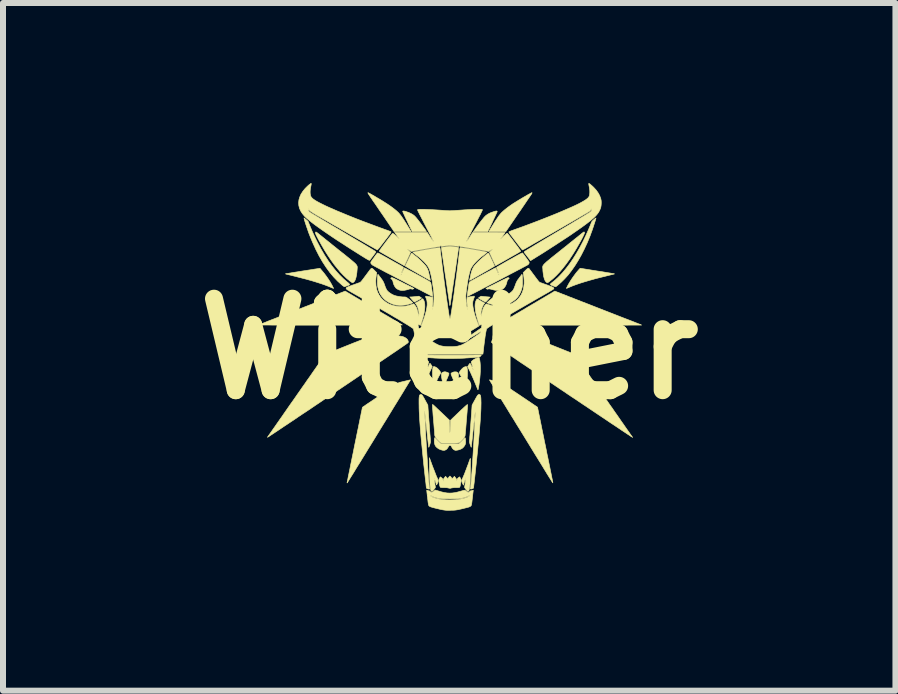
<source format=kicad_pcb>
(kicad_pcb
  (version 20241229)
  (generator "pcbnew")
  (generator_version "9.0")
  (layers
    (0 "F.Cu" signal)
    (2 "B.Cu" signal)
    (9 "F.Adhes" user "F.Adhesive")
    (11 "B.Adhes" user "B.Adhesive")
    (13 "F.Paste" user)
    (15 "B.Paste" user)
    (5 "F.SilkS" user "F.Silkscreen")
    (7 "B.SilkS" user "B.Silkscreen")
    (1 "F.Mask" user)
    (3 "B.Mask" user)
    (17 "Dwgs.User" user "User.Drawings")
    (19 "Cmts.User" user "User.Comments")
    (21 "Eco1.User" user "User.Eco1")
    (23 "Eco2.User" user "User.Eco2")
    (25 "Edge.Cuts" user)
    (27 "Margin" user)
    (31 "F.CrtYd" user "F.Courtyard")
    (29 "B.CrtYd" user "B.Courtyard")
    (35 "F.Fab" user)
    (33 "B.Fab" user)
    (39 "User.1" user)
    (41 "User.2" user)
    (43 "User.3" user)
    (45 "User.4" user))
  (footprint "Witcher"
    (layer "F.Cu")
    (at 4.434 2.761)
    (property "Reference" "Witcher" (at 0 0 0) (layer "F.SilkS") (effects (font (size 1.524 1.524) (thickness 0.3))))
    (attr through_hole)
    (fp_poly (pts (xy 0.569 -0.872) (xy 0.593 -0.869) (xy 0.619 -0.867) (xy 0.643 -0.865) (xy 0.645 -0.865) (xy 0.682 -0.861) (xy 0.646 -0.82) (xy 0.632 -0.805) (xy 0.62 -0.792) (xy 0.611 -0.783) (xy 0.607 -0.779) (xy 0.606 -0.779) (xy 0.601 -0.781) (xy 0.591 -0.786) (xy 0.578 -0.792) (xy 0.559 -0.802) (xy 0.54 -0.813) (xy 0.522 -0.823) (xy 0.506 -0.833) (xy 0.494 -0.84) (xy 0.488 -0.845) (xy 0.487 -0.846) (xy 0.49 -0.85) (xy 0.499 -0.856) (xy 0.509 -0.863) (xy 0.531 -0.876) (xy 0.569 -0.872)) (stroke (width 0.01) (type solid)) (fill yes) (layer "F.SilkS"))
    (fp_poly (pts (xy -0.484 -0.863) (xy -0.472 -0.855) (xy -0.464 -0.849) (xy -0.461 -0.847) (xy -0.465 -0.843) (xy -0.474 -0.837) (xy -0.488 -0.828) (xy -0.505 -0.818) (xy -0.524 -0.808) (xy -0.542 -0.798) (xy -0.558 -0.789) (xy -0.571 -0.783) (xy -0.58 -0.779) (xy -0.582 -0.779) (xy -0.585 -0.782) (xy -0.593 -0.79) (xy -0.604 -0.801) (xy -0.611 -0.81) (xy -0.624 -0.824) (xy -0.636 -0.838) (xy -0.645 -0.849) (xy -0.648 -0.852) (xy -0.657 -0.864) (xy -0.641 -0.864) (xy -0.63 -0.864) (xy -0.614 -0.865) (xy -0.593 -0.867) (xy -0.57 -0.869) (xy -0.565 -0.87) (xy -0.506 -0.876) (xy -0.484 -0.863)) (stroke (width 0.01) (type solid)) (fill yes) (layer "F.SilkS"))
    (fp_poly (pts (xy -0.059 0.384) (xy -0.034 0.392) (xy -0.025 0.396) (xy -0.013 0.402) (xy -0.007 0.407) (xy -0.005 0.413) (xy -0.006 0.422) (xy -0.006 0.423) (xy -0.009 0.433) (xy -0.015 0.448) (xy -0.023 0.467) (xy -0.03 0.485) (xy -0.041 0.509) (xy -0.052 0.535) (xy -0.063 0.56) (xy -0.068 0.574) (xy -0.084 0.616) (xy -0.095 0.593) (xy -0.105 0.567) (xy -0.114 0.538) (xy -0.121 0.508) (xy -0.126 0.479) (xy -0.129 0.452) (xy -0.13 0.43) (xy -0.127 0.413) (xy -0.127 0.413) (xy -0.122 0.402) (xy -0.113 0.394) (xy -0.103 0.389) (xy -0.081 0.383) (xy -0.059 0.384)) (stroke (width 0.01) (type solid)) (fill yes) (layer "F.SilkS"))
    (fp_poly (pts (xy 0.795 -2.295) (xy 0.799 -2.29) (xy 0.798 -2.282) (xy 0.796 -2.276) (xy 0.79 -2.263) (xy 0.781 -2.245) (xy 0.77 -2.221) (xy 0.757 -2.193) (xy 0.742 -2.162) (xy 0.726 -2.128) (xy 0.719 -2.111) (xy 0.642 -1.952) (xy 0.402 -1.952) (xy 0.426 -1.986) (xy 0.445 -2.014) (xy 0.466 -2.043) (xy 0.489 -2.073) (xy 0.511 -2.103) (xy 0.533 -2.131) (xy 0.553 -2.156) (xy 0.57 -2.177) (xy 0.583 -2.193) (xy 0.586 -2.196) (xy 0.61 -2.22) (xy 0.637 -2.239) (xy 0.666 -2.256) (xy 0.701 -2.271) (xy 0.742 -2.285) (xy 0.751 -2.288) (xy 0.773 -2.294) (xy 0.787 -2.296) (xy 0.795 -2.295)) (stroke (width 0.01) (type solid)) (fill yes) (layer "F.SilkS"))
    (fp_poly (pts (xy 0.291 0.301) (xy 0.296 0.312) (xy 0.3 0.33) (xy 0.303 0.354) (xy 0.304 0.382) (xy 0.304 0.414) (xy 0.303 0.447) (xy 0.3 0.481) (xy 0.296 0.514) (xy 0.291 0.544) (xy 0.29 0.55) (xy 0.285 0.576) (xy 0.28 0.594) (xy 0.277 0.605) (xy 0.273 0.611) (xy 0.27 0.61) (xy 0.267 0.605) (xy 0.265 0.599) (xy 0.256 0.579) (xy 0.244 0.554) (xy 0.231 0.526) (xy 0.217 0.498) (xy 0.204 0.471) (xy 0.192 0.449) (xy 0.185 0.436) (xy 0.164 0.401) (xy 0.171 0.387) (xy 0.182 0.37) (xy 0.196 0.352) (xy 0.212 0.334) (xy 0.228 0.319) (xy 0.237 0.312) (xy 0.254 0.303) (xy 0.27 0.298) (xy 0.283 0.297) (xy 0.291 0.301)) (stroke (width 0.01) (type solid)) (fill yes) (layer "F.SilkS"))
    (fp_poly (pts (xy 0.12 0.385) (xy 0.136 0.392) (xy 0.147 0.403) (xy 0.153 0.42) (xy 0.155 0.443) (xy 0.153 0.471) (xy 0.148 0.497) (xy 0.142 0.526) (xy 0.134 0.554) (xy 0.126 0.578) (xy 0.118 0.597) (xy 0.113 0.607) (xy 0.11 0.613) (xy 0.109 0.614) (xy 0.107 0.61) (xy 0.103 0.6) (xy 0.099 0.587) (xy 0.098 0.585) (xy 0.093 0.571) (xy 0.085 0.552) (xy 0.075 0.529) (xy 0.064 0.505) (xy 0.061 0.497) (xy 0.051 0.475) (xy 0.043 0.454) (xy 0.036 0.437) (xy 0.032 0.425) (xy 0.031 0.422) (xy 0.03 0.413) (xy 0.032 0.408) (xy 0.038 0.403) (xy 0.05 0.396) (xy 0.051 0.395) (xy 0.072 0.387) (xy 0.092 0.384) (xy 0.097 0.384) (xy 0.12 0.385)) (stroke (width 0.01) (type solid)) (fill yes) (layer "F.SilkS"))
    (fp_poly (pts (xy -0.238 0.3) (xy -0.22 0.308) (xy -0.201 0.321) (xy -0.183 0.338) (xy -0.165 0.358) (xy -0.15 0.38) (xy -0.147 0.387) (xy -0.139 0.401) (xy -0.163 0.442) (xy -0.171 0.456) (xy -0.181 0.475) (xy -0.192 0.497) (xy -0.203 0.519) (xy -0.214 0.542) (xy -0.224 0.563) (xy -0.232 0.582) (xy -0.238 0.596) (xy -0.241 0.604) (xy -0.241 0.605) (xy -0.244 0.611) (xy -0.245 0.612) (xy -0.249 0.61) (xy -0.253 0.602) (xy -0.254 0.598) (xy -0.257 0.583) (xy -0.262 0.566) (xy -0.262 0.565) (xy -0.267 0.539) (xy -0.272 0.508) (xy -0.276 0.474) (xy -0.278 0.44) (xy -0.279 0.409) (xy -0.279 0.408) (xy -0.279 0.381) (xy -0.277 0.355) (xy -0.275 0.332) (xy -0.271 0.315) (xy -0.268 0.303) (xy -0.265 0.3) (xy -0.253 0.296) (xy -0.238 0.3)) (stroke (width 0.01) (type solid)) (fill yes) (layer "F.SilkS"))
    (fp_poly (pts (xy 0.984 -1.185) (xy 0.987 -1.184) (xy 0.989 -1.183) (xy 1 -1.176) (xy 0.983 -1.158) (xy 0.973 -1.147) (xy 0.967 -1.136) (xy 0.963 -1.121) (xy 0.961 -1.113) (xy 0.954 -1.085) (xy 0.942 -1.056) (xy 0.927 -1.031) (xy 0.911 -1.011) (xy 0.908 -1.008) (xy 0.882 -0.99) (xy 0.852 -0.978) (xy 0.818 -0.973) (xy 0.779 -0.974) (xy 0.777 -0.974) (xy 0.758 -0.977) (xy 0.735 -0.982) (xy 0.714 -0.988) (xy 0.711 -0.989) (xy 0.686 -0.995) (xy 0.666 -0.998) (xy 0.648 -0.996) (xy 0.639 -0.993) (xy 0.631 -0.994) (xy 0.623 -0.999) (xy 0.612 -1.007) (xy 0.795 -1.098) (xy 0.837 -1.119) (xy 0.872 -1.137) (xy 0.901 -1.151) (xy 0.925 -1.162) (xy 0.943 -1.171) (xy 0.957 -1.178) (xy 0.967 -1.182) (xy 0.975 -1.184) (xy 0.98 -1.185) (xy 0.984 -1.185)) (stroke (width 0.01) (type solid)) (fill yes) (layer "F.SilkS"))
    (fp_poly (pts (xy 2.46 -1.297) (xy 2.507 -1.29) (xy 2.553 -1.283) (xy 2.595 -1.276) (xy 2.634 -1.269) (xy 2.668 -1.264) (xy 2.697 -1.259) (xy 2.72 -1.255) (xy 2.737 -1.252) (xy 2.746 -1.251) (xy 2.747 -1.25) (xy 2.753 -1.248) (xy 2.753 -1.247) (xy 2.745 -1.245) (xy 2.741 -1.244) (xy 2.628 -1.216) (xy 2.523 -1.19) (xy 2.425 -1.165) (xy 2.336 -1.14) (xy 2.255 -1.116) (xy 2.181 -1.093) (xy 2.114 -1.07) (xy 2.055 -1.048) (xy 2.002 -1.026) (xy 1.995 -1.023) (xy 1.978 -1.016) (xy 1.964 -1.01) (xy 1.954 -1.007) (xy 1.952 -1.007) (xy 1.953 -1.011) (xy 1.959 -1.021) (xy 1.966 -1.036) (xy 1.975 -1.054) (xy 1.977 -1.058) (xy 2 -1.099) (xy 2.027 -1.142) (xy 2.057 -1.187) (xy 2.088 -1.23) (xy 2.118 -1.27) (xy 2.148 -1.305) (xy 2.161 -1.32) (xy 2.182 -1.342) (xy 2.46 -1.297)) (stroke (width 0.01) (type solid)) (fill yes) (layer "F.SilkS"))
    (fp_poly (pts (xy -0.754 -2.295) (xy -0.735 -2.291) (xy -0.725 -2.288) (xy -0.675 -2.271) (xy -0.632 -2.251) (xy -0.596 -2.229) (xy -0.579 -2.215) (xy -0.567 -2.203) (xy -0.551 -2.185) (xy -0.531 -2.161) (xy -0.51 -2.134) (xy -0.486 -2.103) (xy -0.461 -2.07) (xy -0.437 -2.036) (xy -0.432 -2.03) (xy -0.417 -2.009) (xy -0.403 -1.99) (xy -0.392 -1.974) (xy -0.384 -1.963) (xy -0.38 -1.957) (xy -0.38 -1.957) (xy -0.38 -1.955) (xy -0.384 -1.954) (xy -0.393 -1.953) (xy -0.408 -1.952) (xy -0.428 -1.952) (xy -0.456 -1.952) (xy -0.491 -1.952) (xy -0.496 -1.952) (xy -0.616 -1.952) (xy -0.628 -1.976) (xy -0.641 -2.001) (xy -0.654 -2.029) (xy -0.669 -2.059) (xy -0.684 -2.091) (xy -0.699 -2.124) (xy -0.715 -2.156) (xy -0.729 -2.186) (xy -0.742 -2.214) (xy -0.753 -2.239) (xy -0.763 -2.26) (xy -0.77 -2.275) (xy -0.774 -2.285) (xy -0.775 -2.287) (xy -0.773 -2.293) (xy -0.766 -2.296) (xy -0.754 -2.295)) (stroke (width 0.01) (type solid)) (fill yes) (layer "F.SilkS"))
    (fp_poly (pts (xy -0.954 -1.185) (xy -0.948 -1.184) (xy -0.94 -1.181) (xy -0.928 -1.176) (xy -0.912 -1.169) (xy -0.892 -1.159) (xy -0.867 -1.147) (xy -0.835 -1.131) (xy -0.797 -1.112) (xy -0.793 -1.11) (xy -0.758 -1.092) (xy -0.725 -1.075) (xy -0.694 -1.06) (xy -0.666 -1.046) (xy -0.643 -1.034) (xy -0.625 -1.025) (xy -0.613 -1.019) (xy -0.61 -1.017) (xy -0.588 -1.005) (xy -0.598 -0.998) (xy -0.606 -0.994) (xy -0.614 -0.993) (xy -0.627 -0.996) (xy -0.629 -0.996) (xy -0.641 -0.999) (xy -0.652 -0.999) (xy -0.663 -0.996) (xy -0.675 -0.992) (xy -0.713 -0.981) (xy -0.75 -0.974) (xy -0.785 -0.972) (xy -0.808 -0.974) (xy -0.835 -0.981) (xy -0.862 -0.994) (xy -0.885 -1.01) (xy -0.891 -1.017) (xy -0.908 -1.04) (xy -0.922 -1.068) (xy -0.932 -1.098) (xy -0.936 -1.113) (xy -0.939 -1.13) (xy -0.945 -1.142) (xy -0.953 -1.154) (xy -0.958 -1.158) (xy -0.975 -1.176) (xy -0.964 -1.183) (xy -0.961 -1.185) (xy -0.958 -1.186) (xy -0.954 -1.185)) (stroke (width 0.01) (type solid)) (fill yes) (layer "F.SilkS"))
    (fp_poly (pts (xy -0.293 1.916) (xy -0.275 1.965) (xy -0.257 2.01) (xy -0.241 2.052) (xy -0.227 2.088) (xy -0.215 2.119) (xy -0.204 2.143) (xy -0.196 2.16) (xy -0.196 2.161) (xy -0.187 2.183) (xy -0.185 2.204) (xy -0.19 2.226) (xy -0.197 2.243) (xy -0.203 2.256) (xy -0.208 2.264) (xy -0.211 2.267) (xy -0.211 2.267) (xy -0.213 2.263) (xy -0.216 2.251) (xy -0.222 2.235) (xy -0.228 2.215) (xy -0.231 2.205) (xy -0.238 2.182) (xy -0.243 2.167) (xy -0.247 2.159) (xy -0.249 2.159) (xy -0.249 2.166) (xy -0.248 2.182) (xy -0.245 2.205) (xy -0.241 2.237) (xy -0.24 2.244) (xy -0.23 2.309) (xy -0.246 2.333) (xy -0.262 2.354) (xy -0.276 2.368) (xy -0.288 2.374) (xy -0.297 2.372) (xy -0.3 2.369) (xy -0.306 2.358) (xy -0.311 2.338) (xy -0.315 2.31) (xy -0.319 2.274) (xy -0.322 2.229) (xy -0.325 2.176) (xy -0.327 2.115) (xy -0.328 2.045) (xy -0.329 2.007) (xy -0.33 1.814) (xy -0.293 1.916)) (stroke (width 0.01) (type solid)) (fill yes) (layer "F.SilkS"))
    (fp_poly (pts (xy -1.349 -2.6) (xy -1.339 -2.595) (xy -1.323 -2.587) (xy -1.302 -2.575) (xy -1.277 -2.561) (xy -1.25 -2.546) (xy -1.221 -2.528) (xy -1.19 -2.51) (xy -1.159 -2.492) (xy -1.129 -2.474) (xy -1.1 -2.456) (xy -1.083 -2.445) (xy -1.037 -2.416) (xy -0.993 -2.386) (xy -0.951 -2.356) (xy -0.913 -2.327) (xy -0.88 -2.3) (xy -0.853 -2.275) (xy -0.852 -2.274) (xy -0.839 -2.261) (xy -0.826 -2.245) (xy -0.811 -2.227) (xy -0.795 -2.205) (xy -0.778 -2.18) (xy -0.757 -2.149) (xy -0.735 -2.114) (xy -0.709 -2.073) (xy -0.68 -2.026) (xy -0.647 -1.972) (xy -0.644 -1.967) (xy -0.634 -1.952) (xy -0.918 -1.952) (xy -1.01 -2.087) (xy -1.042 -2.134) (xy -1.076 -2.184) (xy -1.11 -2.234) (xy -1.145 -2.284) (xy -1.178 -2.333) (xy -1.21 -2.38) (xy -1.24 -2.424) (xy -1.268 -2.463) (xy -1.291 -2.498) (xy -1.308 -2.522) (xy -1.325 -2.548) (xy -1.338 -2.568) (xy -1.347 -2.582) (xy -1.353 -2.592) (xy -1.354 -2.599) (xy -1.354 -2.602) (xy -1.349 -2.6)) (stroke (width 0.01) (type solid)) (fill yes) (layer "F.SilkS"))
    (fp_poly (pts (xy -2.119 -1.3) (xy -2.084 -1.258) (xy -2.05 -1.213) (xy -2.019 -1.169) (xy -1.996 -1.134) (xy -1.985 -1.117) (xy -1.974 -1.097) (xy -1.962 -1.077) (xy -1.951 -1.056) (xy -1.942 -1.038) (xy -1.934 -1.022) (xy -1.928 -1.011) (xy -1.927 -1.006) (xy -1.927 -1.006) (xy -1.931 -1.007) (xy -1.941 -1.011) (xy -1.954 -1.017) (xy -1.956 -1.017) (xy -2.005 -1.038) (xy -2.062 -1.06) (xy -2.127 -1.083) (xy -2.199 -1.106) (xy -2.28 -1.131) (xy -2.368 -1.156) (xy -2.465 -1.181) (xy -2.57 -1.208) (xy -2.683 -1.236) (xy -2.716 -1.244) (xy -2.725 -1.247) (xy -2.728 -1.249) (xy -2.726 -1.25) (xy -2.721 -1.251) (xy -2.709 -1.253) (xy -2.69 -1.256) (xy -2.665 -1.26) (xy -2.635 -1.265) (xy -2.601 -1.271) (xy -2.563 -1.277) (xy -2.523 -1.283) (xy -2.481 -1.29) (xy -2.438 -1.297) (xy -2.396 -1.303) (xy -2.354 -1.31) (xy -2.313 -1.316) (xy -2.275 -1.322) (xy -2.241 -1.328) (xy -2.211 -1.332) (xy -2.185 -1.336) (xy -2.179 -1.337) (xy -2.154 -1.341) (xy -2.119 -1.3)) (stroke (width 0.01) (type solid)) (fill yes) (layer "F.SilkS"))
    (fp_poly (pts (xy -0.622 -1.592) (xy -0.612 -1.585) (xy -0.598 -1.574) (xy -0.581 -1.561) (xy -0.567 -1.549) (xy -0.535 -1.524) (xy -0.504 -1.496) (xy -0.473 -1.468) (xy -0.445 -1.439) (xy -0.419 -1.412) (xy -0.398 -1.388) (xy -0.383 -1.368) (xy -0.382 -1.367) (xy -0.371 -1.349) (xy -0.362 -1.331) (xy -0.354 -1.312) (xy -0.347 -1.29) (xy -0.34 -1.263) (xy -0.333 -1.23) (xy -0.33 -1.219) (xy -0.326 -1.197) (xy -0.321 -1.177) (xy -0.318 -1.161) (xy -0.316 -1.15) (xy -0.315 -1.148) (xy -0.315 -1.141) (xy -0.316 -1.139) (xy -0.321 -1.141) (xy -0.331 -1.147) (xy -0.348 -1.156) (xy -0.37 -1.169) (xy -0.397 -1.184) (xy -0.428 -1.201) (xy -0.461 -1.221) (xy -0.498 -1.241) (xy -0.517 -1.252) (xy -0.554 -1.274) (xy -0.59 -1.294) (xy -0.623 -1.313) (xy -0.653 -1.33) (xy -0.678 -1.345) (xy -0.698 -1.357) (xy -0.713 -1.366) (xy -0.722 -1.371) (xy -0.724 -1.372) (xy -0.734 -1.378) (xy -0.681 -1.487) (xy -0.668 -1.515) (xy -0.656 -1.54) (xy -0.645 -1.562) (xy -0.636 -1.579) (xy -0.63 -1.59) (xy -0.626 -1.595) (xy -0.626 -1.595) (xy -0.622 -1.592)) (stroke (width 0.01) (type solid)) (fill yes) (layer "F.SilkS"))
    (fp_poly (pts (xy 0.654 -1.592) (xy 0.66 -1.582) (xy 0.668 -1.567) (xy 0.678 -1.547) (xy 0.689 -1.525) (xy 0.7 -1.5) (xy 0.712 -1.475) (xy 0.724 -1.451) (xy 0.734 -1.428) (xy 0.743 -1.408) (xy 0.75 -1.391) (xy 0.754 -1.38) (xy 0.755 -1.376) (xy 0.755 -1.376) (xy 0.751 -1.373) (xy 0.74 -1.367) (xy 0.723 -1.357) (xy 0.702 -1.345) (xy 0.677 -1.33) (xy 0.648 -1.313) (xy 0.617 -1.295) (xy 0.584 -1.277) (xy 0.55 -1.257) (xy 0.516 -1.238) (xy 0.483 -1.219) (xy 0.452 -1.201) (xy 0.423 -1.185) (xy 0.397 -1.17) (xy 0.375 -1.158) (xy 0.358 -1.148) (xy 0.346 -1.142) (xy 0.341 -1.139) (xy 0.341 -1.139) (xy 0.34 -1.142) (xy 0.34 -1.148) (xy 0.342 -1.156) (xy 0.345 -1.17) (xy 0.349 -1.188) (xy 0.353 -1.21) (xy 0.354 -1.213) (xy 0.363 -1.255) (xy 0.373 -1.291) (xy 0.384 -1.322) (xy 0.397 -1.349) (xy 0.413 -1.375) (xy 0.433 -1.4) (xy 0.459 -1.428) (xy 0.482 -1.452) (xy 0.498 -1.467) (xy 0.516 -1.484) (xy 0.537 -1.503) (xy 0.559 -1.522) (xy 0.581 -1.54) (xy 0.602 -1.558) (xy 0.62 -1.573) (xy 0.635 -1.585) (xy 0.646 -1.592) (xy 0.651 -1.595) (xy 0.654 -1.592)) (stroke (width 0.01) (type solid)) (fill yes) (layer "F.SilkS"))
    (fp_poly (pts (xy 1.379 -2.602) (xy 1.379 -2.597) (xy 1.376 -2.588) (xy 1.376 -2.587) (xy 1.372 -2.582) (xy 1.365 -2.57) (xy 1.353 -2.552) (xy 1.337 -2.529) (xy 1.318 -2.501) (xy 1.296 -2.469) (xy 1.272 -2.433) (xy 1.245 -2.393) (xy 1.216 -2.351) (xy 1.186 -2.306) (xy 1.156 -2.263) (xy 0.943 -1.952) (xy 0.801 -1.952) (xy 0.768 -1.952) (xy 0.737 -1.952) (xy 0.71 -1.952) (xy 0.689 -1.953) (xy 0.673 -1.953) (xy 0.664 -1.954) (xy 0.662 -1.955) (xy 0.664 -1.959) (xy 0.671 -1.97) (xy 0.68 -1.985) (xy 0.692 -2.005) (xy 0.706 -2.027) (xy 0.711 -2.036) (xy 0.741 -2.085) (xy 0.767 -2.127) (xy 0.791 -2.162) (xy 0.811 -2.192) (xy 0.829 -2.218) (xy 0.846 -2.239) (xy 0.861 -2.257) (xy 0.875 -2.272) (xy 0.895 -2.29) (xy 0.92 -2.312) (xy 0.95 -2.336) (xy 0.981 -2.36) (xy 1.014 -2.384) (xy 1.046 -2.406) (xy 1.054 -2.412) (xy 1.073 -2.424) (xy 1.097 -2.439) (xy 1.123 -2.455) (xy 1.152 -2.473) (xy 1.182 -2.491) (xy 1.213 -2.51) (xy 1.244 -2.528) (xy 1.274 -2.545) (xy 1.301 -2.561) (xy 1.326 -2.575) (xy 1.347 -2.586) (xy 1.363 -2.595) (xy 1.374 -2.6) (xy 1.379 -2.602) (xy 1.379 -2.602)) (stroke (width 0.01) (type solid)) (fill yes) (layer "F.SilkS"))
    (fp_poly (pts (xy -2.415 -2.178) (xy -2.406 -2.171) (xy -2.394 -2.16) (xy -2.384 -2.152) (xy -2.352 -2.124) (xy -2.32 -2.045) (xy -2.3 -1.998) (xy -2.282 -1.955) (xy -2.264 -1.915) (xy -2.246 -1.876) (xy -2.226 -1.834) (xy -2.203 -1.788) (xy -2.197 -1.776) (xy -2.139 -1.667) (xy -2.079 -1.564) (xy -2.018 -1.469) (xy -1.955 -1.381) (xy -1.891 -1.301) (xy -1.826 -1.229) (xy -1.76 -1.164) (xy -1.704 -1.116) (xy -1.688 -1.103) (xy -1.674 -1.091) (xy -1.665 -1.081) (xy -1.66 -1.076) (xy -1.66 -1.075) (xy -1.66 -1.07) (xy -1.664 -1.065) (xy -1.672 -1.06) (xy -1.686 -1.055) (xy -1.706 -1.048) (xy -1.723 -1.042) (xy -1.736 -1.038) (xy -1.745 -1.035) (xy -1.746 -1.034) (xy -1.751 -1.036) (xy -1.761 -1.043) (xy -1.775 -1.053) (xy -1.79 -1.065) (xy -1.793 -1.068) (xy -1.86 -1.128) (xy -1.926 -1.197) (xy -1.99 -1.273) (xy -2.051 -1.357) (xy -2.111 -1.449) (xy -2.168 -1.548) (xy -2.222 -1.654) (xy -2.274 -1.768) (xy -2.315 -1.866) (xy -2.326 -1.895) (xy -2.338 -1.925) (xy -2.35 -1.958) (xy -2.361 -1.992) (xy -2.373 -2.025) (xy -2.384 -2.058) (xy -2.394 -2.088) (xy -2.403 -2.116) (xy -2.41 -2.14) (xy -2.415 -2.159) (xy -2.418 -2.173) (xy -2.419 -2.179) (xy -2.419 -2.18) (xy -2.415 -2.178)) (stroke (width 0.01) (type solid)) (fill yes) (layer "F.SilkS"))
    (fp_poly (pts (xy 0.352 1.826) (xy 0.353 1.83) (xy 0.354 1.838) (xy 0.354 1.85) (xy 0.354 1.868) (xy 0.355 1.892) (xy 0.354 1.923) (xy 0.354 1.961) (xy 0.354 2.002) (xy 0.353 2.058) (xy 0.352 2.106) (xy 0.351 2.147) (xy 0.35 2.184) (xy 0.349 2.215) (xy 0.347 2.244) (xy 0.344 2.27) (xy 0.341 2.295) (xy 0.338 2.319) (xy 0.337 2.326) (xy 0.332 2.348) (xy 0.328 2.363) (xy 0.323 2.37) (xy 0.316 2.374) (xy 0.31 2.374) (xy 0.302 2.369) (xy 0.299 2.366) (xy 0.291 2.358) (xy 0.28 2.345) (xy 0.271 2.333) (xy 0.255 2.309) (xy 0.263 2.261) (xy 0.266 2.237) (xy 0.269 2.212) (xy 0.272 2.19) (xy 0.273 2.178) (xy 0.275 2.144) (xy 0.266 2.172) (xy 0.261 2.189) (xy 0.254 2.211) (xy 0.248 2.232) (xy 0.247 2.235) (xy 0.236 2.271) (xy 0.221 2.242) (xy 0.212 2.218) (xy 0.209 2.197) (xy 0.213 2.178) (xy 0.222 2.158) (xy 0.228 2.146) (xy 0.236 2.127) (xy 0.247 2.102) (xy 0.259 2.072) (xy 0.272 2.038) (xy 0.286 2.001) (xy 0.301 1.961) (xy 0.316 1.922) (xy 0.325 1.897) (xy 0.333 1.873) (xy 0.341 1.853) (xy 0.346 1.838) (xy 0.35 1.829) (xy 0.35 1.829) (xy 0.351 1.826) (xy 0.352 1.826)) (stroke (width 0.01) (type solid)) (fill yes) (layer "F.SilkS"))
    (fp_poly (pts (xy -0.206 1.517) (xy -0.191 1.533) (xy -0.175 1.549) (xy -0.161 1.562) (xy -0.153 1.569) (xy -0.134 1.583) (xy 0.16 1.583) (xy 0.181 1.567) (xy 0.193 1.556) (xy 0.208 1.541) (xy 0.224 1.525) (xy 0.231 1.516) (xy 0.244 1.502) (xy 0.254 1.491) (xy 0.261 1.484) (xy 0.263 1.482) (xy 0.267 1.486) (xy 0.27 1.497) (xy 0.272 1.515) (xy 0.273 1.539) (xy 0.273 1.543) (xy 0.273 1.563) (xy 0.271 1.577) (xy 0.268 1.589) (xy 0.263 1.602) (xy 0.261 1.605) (xy 0.243 1.633) (xy 0.219 1.656) (xy 0.199 1.668) (xy 0.18 1.676) (xy 0.159 1.683) (xy 0.137 1.688) (xy 0.117 1.691) (xy 0.101 1.691) (xy 0.1 1.691) (xy 0.083 1.684) (xy 0.065 1.671) (xy 0.051 1.654) (xy 0.044 1.642) (xy 0.036 1.624) (xy 0.027 1.614) (xy 0.018 1.609) (xy 0.013 1.609) (xy 0.005 1.609) (xy -0.001 1.612) (xy -0.007 1.619) (xy -0.014 1.632) (xy -0.02 1.642) (xy -0.036 1.666) (xy -0.055 1.682) (xy -0.077 1.691) (xy -0.102 1.691) (xy -0.106 1.691) (xy -0.143 1.681) (xy -0.176 1.666) (xy -0.203 1.647) (xy -0.225 1.625) (xy -0.237 1.603) (xy -0.244 1.581) (xy -0.248 1.555) (xy -0.249 1.528) (xy -0.247 1.504) (xy -0.246 1.499) (xy -0.24 1.48) (xy -0.206 1.517)) (stroke (width 0.01) (type solid)) (fill yes) (layer "F.SilkS"))
    (fp_poly (pts (xy 0.503 0.165) (xy 0.51 0.195) (xy 0.515 0.233) (xy 0.518 0.276) (xy 0.519 0.325) (xy 0.518 0.377) (xy 0.515 0.432) (xy 0.51 0.489) (xy 0.503 0.547) (xy 0.495 0.605) (xy 0.485 0.66) (xy 0.482 0.675) (xy 0.48 0.682) (xy 0.478 0.683) (xy 0.476 0.679) (xy 0.475 0.676) (xy 0.472 0.668) (xy 0.466 0.654) (xy 0.458 0.635) (xy 0.449 0.613) (xy 0.439 0.588) (xy 0.438 0.587) (xy 0.422 0.547) (xy 0.405 0.506) (xy 0.387 0.466) (xy 0.37 0.428) (xy 0.354 0.392) (xy 0.339 0.362) (xy 0.327 0.337) (xy 0.324 0.332) (xy 0.306 0.298) (xy 0.324 0.27) (xy 0.333 0.256) (xy 0.341 0.246) (xy 0.346 0.242) (xy 0.346 0.241) (xy 0.349 0.245) (xy 0.355 0.255) (xy 0.362 0.269) (xy 0.37 0.286) (xy 0.378 0.304) (xy 0.386 0.322) (xy 0.393 0.338) (xy 0.394 0.34) (xy 0.397 0.348) (xy 0.4 0.351) (xy 0.4 0.351) (xy 0.4 0.346) (xy 0.397 0.335) (xy 0.394 0.32) (xy 0.389 0.301) (xy 0.384 0.282) (xy 0.379 0.262) (xy 0.374 0.246) (xy 0.37 0.233) (xy 0.369 0.227) (xy 0.367 0.221) (xy 0.368 0.215) (xy 0.374 0.208) (xy 0.385 0.198) (xy 0.386 0.197) (xy 0.408 0.18) (xy 0.433 0.166) (xy 0.458 0.155) (xy 0.479 0.15) (xy 0.498 0.147) (xy 0.503 0.165)) (stroke (width 0.01) (type solid)) (fill yes) (layer "F.SilkS"))
    (fp_poly (pts (xy 2.253 -1.942) (xy 2.254 -1.937) (xy 2.254 -1.929) (xy 2.248 -1.913) (xy 2.238 -1.89) (xy 2.224 -1.861) (xy 2.206 -1.826) (xy 2.183 -1.784) (xy 2.17 -1.761) (xy 2.116 -1.667) (xy 2.061 -1.578) (xy 2.006 -1.494) (xy 1.95 -1.416) (xy 1.894 -1.344) (xy 1.839 -1.279) (xy 1.784 -1.221) (xy 1.731 -1.171) (xy 1.678 -1.128) (xy 1.675 -1.125) (xy 1.658 -1.113) (xy 1.647 -1.106) (xy 1.639 -1.102) (xy 1.632 -1.102) (xy 1.626 -1.104) (xy 1.623 -1.106) (xy 1.608 -1.119) (xy 1.595 -1.14) (xy 1.584 -1.168) (xy 1.574 -1.203) (xy 1.567 -1.246) (xy 1.561 -1.294) (xy 1.56 -1.321) (xy 1.559 -1.333) (xy 1.558 -1.344) (xy 1.557 -1.353) (xy 1.557 -1.362) (xy 1.558 -1.371) (xy 1.56 -1.379) (xy 1.564 -1.388) (xy 1.571 -1.397) (xy 1.579 -1.408) (xy 1.591 -1.42) (xy 1.606 -1.434) (xy 1.624 -1.451) (xy 1.646 -1.469) (xy 1.673 -1.491) (xy 1.704 -1.517) (xy 1.74 -1.546) (xy 1.782 -1.579) (xy 1.829 -1.617) (xy 1.883 -1.66) (xy 1.894 -1.669) (xy 1.94 -1.705) (xy 1.984 -1.741) (xy 2.025 -1.774) (xy 2.064 -1.805) (xy 2.1 -1.834) (xy 2.133 -1.86) (xy 2.161 -1.883) (xy 2.185 -1.902) (xy 2.204 -1.918) (xy 2.217 -1.928) (xy 2.225 -1.934) (xy 2.226 -1.935) (xy 2.239 -1.945) (xy 2.247 -1.947) (xy 2.253 -1.942)) (stroke (width 0.01) (type solid)) (fill yes) (layer "F.SilkS"))
    (fp_poly (pts (xy 2.445 -2.176) (xy 2.442 -2.166) (xy 2.438 -2.149) (xy 2.431 -2.127) (xy 2.423 -2.101) (xy 2.413 -2.072) (xy 2.403 -2.04) (xy 2.392 -2.008) (xy 2.381 -1.975) (xy 2.369 -1.943) (xy 2.358 -1.913) (xy 2.348 -1.885) (xy 2.344 -1.875) (xy 2.299 -1.766) (xy 2.251 -1.663) (xy 2.201 -1.564) (xy 2.148 -1.471) (xy 2.094 -1.384) (xy 2.038 -1.304) (xy 1.981 -1.23) (xy 1.922 -1.165) (xy 1.863 -1.107) (xy 1.856 -1.101) (xy 1.836 -1.083) (xy 1.817 -1.067) (xy 1.8 -1.053) (xy 1.786 -1.042) (xy 1.777 -1.035) (xy 1.773 -1.033) (xy 1.769 -1.035) (xy 1.758 -1.038) (xy 1.744 -1.043) (xy 1.737 -1.045) (xy 1.713 -1.054) (xy 1.696 -1.062) (xy 1.687 -1.069) (xy 1.685 -1.076) (xy 1.69 -1.084) (xy 1.701 -1.094) (xy 1.714 -1.104) (xy 1.773 -1.152) (xy 1.832 -1.208) (xy 1.891 -1.271) (xy 1.95 -1.342) (xy 2.008 -1.419) (xy 2.065 -1.502) (xy 2.121 -1.592) (xy 2.175 -1.686) (xy 2.228 -1.786) (xy 2.278 -1.89) (xy 2.323 -1.992) (xy 2.333 -2.016) (xy 2.344 -2.042) (xy 2.353 -2.065) (xy 2.361 -2.084) (xy 2.362 -2.087) (xy 2.369 -2.104) (xy 2.375 -2.117) (xy 2.382 -2.127) (xy 2.392 -2.137) (xy 2.406 -2.149) (xy 2.409 -2.152) (xy 2.423 -2.164) (xy 2.435 -2.173) (xy 2.442 -2.179) (xy 2.444 -2.18) (xy 2.445 -2.176)) (stroke (width 0.01) (type solid)) (fill yes) (layer "F.SilkS"))
    (fp_poly (pts (xy -2.216 -1.945) (xy -2.205 -1.938) (xy -2.191 -1.927) (xy -2.174 -1.914) (xy -2.167 -1.908) (xy -2.156 -1.899) (xy -2.139 -1.886) (xy -2.117 -1.868) (xy -2.09 -1.846) (xy -2.059 -1.821) (xy -2.024 -1.793) (xy -1.986 -1.763) (xy -1.946 -1.73) (xy -1.903 -1.696) (xy -1.86 -1.661) (xy -1.835 -1.641) (xy -1.783 -1.6) (xy -1.737 -1.564) (xy -1.698 -1.532) (xy -1.663 -1.504) (xy -1.634 -1.48) (xy -1.609 -1.459) (xy -1.589 -1.442) (xy -1.572 -1.427) (xy -1.559 -1.414) (xy -1.549 -1.402) (xy -1.542 -1.392) (xy -1.537 -1.383) (xy -1.534 -1.374) (xy -1.532 -1.366) (xy -1.532 -1.357) (xy -1.532 -1.347) (xy -1.533 -1.337) (xy -1.534 -1.324) (xy -1.534 -1.323) (xy -1.538 -1.275) (xy -1.544 -1.231) (xy -1.552 -1.192) (xy -1.561 -1.16) (xy -1.572 -1.135) (xy -1.577 -1.126) (xy -1.589 -1.113) (xy -1.601 -1.104) (xy -1.613 -1.101) (xy -1.618 -1.103) (xy -1.628 -1.11) (xy -1.641 -1.119) (xy -1.658 -1.131) (xy -1.659 -1.133) (xy -1.708 -1.173) (xy -1.759 -1.221) (xy -1.811 -1.276) (xy -1.863 -1.338) (xy -1.917 -1.405) (xy -1.97 -1.479) (xy -2.023 -1.558) (xy -2.076 -1.641) (xy -2.127 -1.729) (xy -2.178 -1.82) (xy -2.201 -1.865) (xy -2.214 -1.89) (xy -2.222 -1.908) (xy -2.227 -1.921) (xy -2.23 -1.93) (xy -2.229 -1.936) (xy -2.229 -1.936) (xy -2.225 -1.944) (xy -2.221 -1.947) (xy -2.216 -1.945)) (stroke (width 0.01) (type solid)) (fill yes) (layer "F.SilkS"))
    (fp_poly (pts (xy -1.144 -1.185) (xy -1.127 -1.162) (xy -1.114 -1.144) (xy -1.105 -1.129) (xy -1.096 -1.113) (xy -1.089 -1.097) (xy -1.081 -1.077) (xy -1.072 -1.051) (xy -1.071 -1.049) (xy -1.064 -1.028) (xy -1.055 -1.009) (xy -1.048 -0.993) (xy -1.044 -0.985) (xy -1.028 -0.963) (xy -1.005 -0.942) (xy -0.977 -0.922) (xy -0.947 -0.904) (xy -0.915 -0.89) (xy -0.906 -0.887) (xy -0.877 -0.879) (xy -0.843 -0.873) (xy -0.807 -0.867) (xy -0.774 -0.864) (xy -0.753 -0.864) (xy -0.737 -0.863) (xy -0.726 -0.862) (xy -0.716 -0.859) (xy -0.705 -0.852) (xy -0.692 -0.843) (xy -0.675 -0.83) (xy -0.658 -0.817) (xy -0.641 -0.803) (xy -0.627 -0.789) (xy -0.616 -0.778) (xy -0.609 -0.77) (xy -0.608 -0.766) (xy -0.615 -0.763) (xy -0.628 -0.758) (xy -0.645 -0.752) (xy -0.666 -0.746) (xy -0.687 -0.74) (xy -0.708 -0.735) (xy -0.726 -0.731) (xy -0.731 -0.73) (xy -0.758 -0.727) (xy -0.788 -0.725) (xy -0.821 -0.724) (xy -0.852 -0.726) (xy -0.879 -0.728) (xy -0.893 -0.73) (xy -0.948 -0.746) (xy -0.999 -0.769) (xy -1.046 -0.797) (xy -1.087 -0.831) (xy -1.122 -0.871) (xy -1.149 -0.911) (xy -1.164 -0.942) (xy -1.177 -0.978) (xy -1.187 -1.016) (xy -1.194 -1.052) (xy -1.196 -1.071) (xy -1.197 -1.095) (xy -1.197 -1.122) (xy -1.197 -1.151) (xy -1.196 -1.178) (xy -1.194 -1.202) (xy -1.192 -1.22) (xy -1.191 -1.228) (xy -1.187 -1.242) (xy -1.144 -1.185)) (stroke (width 0.01) (type solid)) (fill yes) (layer "F.SilkS"))
    (fp_poly (pts (xy 1.217 -1.223) (xy 1.218 -1.213) (xy 1.219 -1.196) (xy 1.22 -1.174) (xy 1.221 -1.149) (xy 1.221 -1.126) (xy 1.221 -1.097) (xy 1.22 -1.074) (xy 1.22 -1.055) (xy 1.218 -1.04) (xy 1.215 -1.026) (xy 1.212 -1.012) (xy 1.212 -1.011) (xy 1.194 -0.956) (xy 1.171 -0.907) (xy 1.142 -0.863) (xy 1.106 -0.825) (xy 1.063 -0.792) (xy 1.023 -0.768) (xy 0.989 -0.752) (xy 0.957 -0.74) (xy 0.924 -0.732) (xy 0.887 -0.727) (xy 0.849 -0.726) (xy 0.81 -0.725) (xy 0.778 -0.727) (xy 0.754 -0.73) (xy 0.731 -0.735) (xy 0.705 -0.742) (xy 0.678 -0.75) (xy 0.654 -0.757) (xy 0.642 -0.762) (xy 0.629 -0.767) (xy 0.646 -0.784) (xy 0.657 -0.794) (xy 0.672 -0.807) (xy 0.689 -0.821) (xy 0.706 -0.835) (xy 0.722 -0.847) (xy 0.735 -0.856) (xy 0.739 -0.859) (xy 0.748 -0.861) (xy 0.762 -0.863) (xy 0.779 -0.864) (xy 0.779 -0.864) (xy 0.808 -0.865) (xy 0.841 -0.868) (xy 0.875 -0.874) (xy 0.906 -0.88) (xy 0.93 -0.887) (xy 0.963 -0.9) (xy 0.995 -0.917) (xy 1.024 -0.937) (xy 1.049 -0.959) (xy 1.067 -0.982) (xy 1.073 -0.992) (xy 1.078 -1.004) (xy 1.086 -1.022) (xy 1.094 -1.044) (xy 1.103 -1.066) (xy 1.103 -1.069) (xy 1.111 -1.089) (xy 1.118 -1.106) (xy 1.125 -1.12) (xy 1.133 -1.134) (xy 1.143 -1.15) (xy 1.158 -1.169) (xy 1.168 -1.183) (xy 1.212 -1.242) (xy 1.217 -1.223)) (stroke (width 0.01) (type solid)) (fill yes) (layer "F.SilkS"))
    (fp_poly (pts (xy -0.453 0.15) (xy -0.43 0.157) (xy -0.404 0.168) (xy -0.378 0.183) (xy -0.36 0.197) (xy -0.349 0.208) (xy -0.343 0.215) (xy -0.342 0.221) (xy -0.343 0.227) (xy -0.343 0.228) (xy -0.347 0.237) (xy -0.351 0.252) (xy -0.356 0.269) (xy -0.361 0.288) (xy -0.365 0.307) (xy -0.369 0.323) (xy -0.372 0.336) (xy -0.373 0.343) (xy -0.373 0.345) (xy -0.37 0.34) (xy -0.364 0.328) (xy -0.357 0.312) (xy -0.348 0.294) (xy -0.347 0.291) (xy -0.338 0.272) (xy -0.331 0.257) (xy -0.325 0.246) (xy -0.321 0.241) (xy -0.321 0.241) (xy -0.317 0.245) (xy -0.311 0.253) (xy -0.303 0.264) (xy -0.295 0.276) (xy -0.288 0.287) (xy -0.284 0.295) (xy -0.284 0.296) (xy -0.285 0.301) (xy -0.29 0.312) (xy -0.298 0.328) (xy -0.307 0.348) (xy -0.317 0.369) (xy -0.334 0.405) (xy -0.352 0.445) (xy -0.371 0.487) (xy -0.39 0.529) (xy -0.407 0.57) (xy -0.422 0.607) (xy -0.434 0.637) (xy -0.441 0.655) (xy -0.447 0.67) (xy -0.451 0.68) (xy -0.453 0.683) (xy -0.455 0.681) (xy -0.458 0.672) (xy -0.461 0.658) (xy -0.461 0.655) (xy -0.47 0.601) (xy -0.477 0.553) (xy -0.483 0.51) (xy -0.487 0.471) (xy -0.49 0.433) (xy -0.492 0.396) (xy -0.493 0.357) (xy -0.493 0.33) (xy -0.492 0.286) (xy -0.491 0.249) (xy -0.488 0.218) (xy -0.484 0.191) (xy -0.478 0.167) (xy -0.477 0.164) (xy -0.473 0.147) (xy -0.453 0.15)) (stroke (width 0.01) (type solid)) (fill yes) (layer "F.SilkS"))
    (fp_poly (pts (xy 0.024 -1.706) (xy 0.043 -1.704) (xy 0.065 -1.702) (xy 0.081 -1.7) (xy 0.105 -1.698) (xy 0.125 -1.695) (xy 0.141 -1.692) (xy 0.151 -1.69) (xy 0.154 -1.689) (xy 0.154 -1.684) (xy 0.153 -1.672) (xy 0.152 -1.655) (xy 0.149 -1.632) (xy 0.145 -1.607) (xy 0.144 -1.6) (xy 0.139 -1.566) (xy 0.133 -1.525) (xy 0.126 -1.478) (xy 0.118 -1.425) (xy 0.11 -1.367) (xy 0.101 -1.306) (xy 0.091 -1.242) (xy 0.082 -1.177) (xy 0.072 -1.11) (xy 0.062 -1.045) (xy 0.055 -0.996) (xy 0.049 -0.956) (xy 0.043 -0.918) (xy 0.038 -0.881) (xy 0.033 -0.847) (xy 0.029 -0.818) (xy 0.025 -0.794) (xy 0.023 -0.777) (xy 0.023 -0.775) (xy 0.02 -0.755) (xy 0.017 -0.739) (xy 0.014 -0.727) (xy 0.012 -0.722) (xy 0.009 -0.722) (xy 0.008 -0.727) (xy 0.008 -0.731) (xy 0.007 -0.739) (xy 0.006 -0.75) (xy 0.003 -0.767) (xy 0.000429 -0.788) (xy -0.003 -0.814) (xy -0.008 -0.846) (xy -0.013 -0.883) (xy -0.02 -0.926) (xy -0.027 -0.976) (xy -0.035 -1.031) (xy -0.044 -1.093) (xy -0.054 -1.162) (xy -0.066 -1.238) (xy -0.078 -1.321) (xy -0.091 -1.412) (xy -0.106 -1.511) (xy -0.121 -1.612) (xy -0.124 -1.636) (xy -0.127 -1.657) (xy -0.129 -1.674) (xy -0.129 -1.685) (xy -0.128 -1.689) (xy -0.123 -1.691) (xy -0.111 -1.693) (xy -0.093 -1.696) (xy -0.072 -1.698) (xy -0.056 -1.7) (xy -0.03 -1.703) (xy -0.009 -1.705) (xy 0.008 -1.706) (xy 0.024 -1.706)) (stroke (width 0.01) (type solid)) (fill yes) (layer "F.SilkS"))
    (fp_poly (pts (xy 1.986 -0.872) (xy 2.094 -0.83) (xy 2.199 -0.789) (xy 2.3 -0.75) (xy 2.397 -0.712) (xy 2.489 -0.676) (xy 2.576 -0.642) (xy 2.658 -0.61) (xy 2.735 -0.58) (xy 2.807 -0.552) (xy 2.873 -0.526) (xy 2.933 -0.503) (xy 2.987 -0.482) (xy 3.034 -0.464) (xy 3.075 -0.448) (xy 3.109 -0.434) (xy 3.136 -0.424) (xy 3.155 -0.416) (xy 3.167 -0.412) (xy 3.17 -0.411) (xy 3.185 -0.405) (xy 3.197 -0.399) (xy 3.204 -0.396) (xy 3.205 -0.396) (xy 3.2 -0.395) (xy 3.188 -0.395) (xy 3.168 -0.395) (xy 3.14 -0.395) (xy 3.106 -0.395) (xy 3.064 -0.395) (xy 3.016 -0.395) (xy 2.962 -0.394) (xy 2.903 -0.394) (xy 2.837 -0.394) (xy 2.767 -0.394) (xy 2.692 -0.394) (xy 2.612 -0.394) (xy 2.529 -0.394) (xy 2.441 -0.394) (xy 2.351 -0.394) (xy 2.257 -0.394) (xy 2.16 -0.394) (xy 2.061 -0.394) (xy 2.004 -0.394) (xy 1.901 -0.394) (xy 1.801 -0.394) (xy 1.704 -0.394) (xy 1.61 -0.394) (xy 1.52 -0.394) (xy 1.433 -0.394) (xy 1.351 -0.394) (xy 1.273 -0.394) (xy 1.2 -0.395) (xy 1.133 -0.395) (xy 1.07 -0.395) (xy 1.014 -0.395) (xy 0.963 -0.396) (xy 0.919 -0.396) (xy 0.882 -0.396) (xy 0.852 -0.396) (xy 0.829 -0.397) (xy 0.814 -0.397) (xy 0.807 -0.397) (xy 0.807 -0.397) (xy 0.811 -0.4) (xy 0.822 -0.407) (xy 0.839 -0.417) (xy 0.862 -0.431) (xy 0.891 -0.448) (xy 0.925 -0.468) (xy 0.964 -0.491) (xy 1.007 -0.517) (xy 1.054 -0.544) (xy 1.104 -0.574) (xy 1.157 -0.605) (xy 1.213 -0.638) (xy 1.271 -0.672) (xy 1.285 -0.681) (xy 1.759 -0.961) (xy 1.986 -0.872)) (stroke (width 0.01) (type solid)) (fill yes) (layer "F.SilkS"))
    (fp_poly (pts (xy 0.531 0.103) (xy 0.536 0.103) (xy 0.536 0.103) (xy 0.534 0.106) (xy 0.528 0.114) (xy 0.524 0.12) (xy 0.517 0.127) (xy 0.511 0.132) (xy 0.504 0.135) (xy 0.493 0.137) (xy 0.476 0.139) (xy 0.468 0.14) (xy 0.448 0.141) (xy 0.422 0.143) (xy 0.394 0.146) (xy 0.366 0.148) (xy 0.358 0.148) (xy 0.331 0.15) (xy 0.305 0.152) (xy 0.281 0.153) (xy 0.262 0.155) (xy 0.256 0.155) (xy 0.227 0.157) (xy 0.191 0.158) (xy 0.151 0.159) (xy 0.106 0.16) (xy 0.061 0.161) (xy 0.015 0.161) (xy -0.03 0.161) (xy -0.071 0.161) (xy -0.091 0.16) (xy -0.122 0.159) (xy -0.153 0.158) (xy -0.181 0.157) (xy -0.205 0.156) (xy -0.223 0.155) (xy -0.231 0.155) (xy -0.247 0.154) (xy -0.27 0.152) (xy -0.296 0.151) (xy -0.322 0.149) (xy -0.332 0.148) (xy -0.36 0.146) (xy -0.388 0.144) (xy -0.415 0.142) (xy -0.437 0.14) (xy -0.442 0.14) (xy -0.462 0.138) (xy -0.475 0.136) (xy -0.483 0.133) (xy -0.49 0.129) (xy -0.496 0.123) (xy -0.498 0.12) (xy -0.506 0.111) (xy -0.511 0.105) (xy -0.511 0.103) (xy -0.507 0.103) (xy -0.495 0.103) (xy -0.476 0.103) (xy -0.45 0.103) (xy -0.419 0.103) (xy -0.384 0.104) (xy -0.344 0.104) (xy -0.3 0.104) (xy -0.255 0.105) (xy -0.249 0.105) (xy -0.191 0.106) (xy -0.127 0.106) (xy -0.059 0.106) (xy 0.011 0.106) (xy 0.081 0.106) (xy 0.149 0.106) (xy 0.213 0.106) (xy 0.271 0.105) (xy 0.274 0.105) (xy 0.32 0.105) (xy 0.364 0.104) (xy 0.404 0.104) (xy 0.44 0.103) (xy 0.472 0.103) (xy 0.498 0.103) (xy 0.518 0.103) (xy 0.531 0.103)) (stroke (width 0.01) (type solid)) (fill yes) (layer "F.SilkS"))
    (fp_poly (pts (xy 0.022 2.129) (xy 0.032 2.139) (xy 0.04 2.152) (xy 0.04 2.152) (xy 0.048 2.166) (xy 0.086 2.125) (xy 0.099 2.141) (xy 0.111 2.156) (xy 0.118 2.168) (xy 0.122 2.18) (xy 0.123 2.193) (xy 0.124 2.202) (xy 0.125 2.204) (xy 0.126 2.201) (xy 0.13 2.181) (xy 0.135 2.168) (xy 0.142 2.157) (xy 0.153 2.148) (xy 0.154 2.147) (xy 0.173 2.133) (xy 0.186 2.154) (xy 0.194 2.17) (xy 0.199 2.185) (xy 0.199 2.188) (xy 0.198 2.201) (xy 0.196 2.218) (xy 0.192 2.238) (xy 0.188 2.259) (xy 0.184 2.277) (xy 0.18 2.293) (xy 0.176 2.303) (xy 0.175 2.306) (xy 0.167 2.309) (xy 0.154 2.311) (xy 0.138 2.312) (xy 0.105 2.312) (xy 0.077 2.313) (xy 0.055 2.316) (xy 0.04 2.318) (xy 0.037 2.319) (xy 0.017 2.324) (xy -0.004 2.322) (xy -0.013 2.319) (xy -0.024 2.317) (xy -0.041 2.314) (xy -0.064 2.313) (xy -0.091 2.312) (xy -0.114 2.312) (xy -0.132 2.311) (xy -0.144 2.308) (xy -0.149 2.306) (xy -0.152 2.3) (xy -0.156 2.287) (xy -0.161 2.27) (xy -0.165 2.25) (xy -0.169 2.23) (xy -0.172 2.211) (xy -0.173 2.195) (xy -0.174 2.189) (xy -0.171 2.174) (xy -0.163 2.157) (xy -0.161 2.154) (xy -0.148 2.133) (xy -0.129 2.147) (xy -0.117 2.157) (xy -0.109 2.168) (xy -0.104 2.183) (xy -0.1 2.203) (xy -0.099 2.207) (xy -0.098 2.203) (xy -0.098 2.193) (xy -0.097 2.18) (xy -0.094 2.169) (xy -0.087 2.157) (xy -0.08 2.148) (xy -0.062 2.125) (xy -0.045 2.141) (xy -0.035 2.151) (xy -0.028 2.161) (xy -0.025 2.165) (xy -0.022 2.171) (xy -0.022 2.169) (xy -0.021 2.165) (xy -0.019 2.157) (xy -0.011 2.146) (xy -0.005 2.137) (xy 0.012 2.119) (xy 0.022 2.129)) (stroke (width 0.01) (type solid)) (fill yes) (layer "F.SilkS"))
    (fp_poly (pts (xy 0.675 0.518) (xy 0.686 0.52) (xy 0.703 0.524) (xy 0.723 0.529) (xy 0.746 0.534) (xy 0.77 0.54) (xy 0.794 0.546) (xy 0.816 0.551) (xy 0.835 0.556) (xy 0.85 0.56) (xy 0.858 0.563) (xy 0.859 0.563) (xy 0.864 0.566) (xy 0.875 0.573) (xy 0.893 0.585) (xy 0.915 0.6) (xy 0.943 0.618) (xy 0.975 0.64) (xy 1.011 0.664) (xy 1.05 0.69) (xy 1.092 0.718) (xy 1.137 0.748) (xy 1.17 0.77) (xy 1.471 0.973) (xy 1.504 1.135) (xy 1.513 1.178) (xy 1.523 1.227) (xy 1.534 1.282) (xy 1.546 1.342) (xy 1.559 1.405) (xy 1.573 1.471) (xy 1.586 1.54) (xy 1.601 1.609) (xy 1.615 1.678) (xy 1.628 1.746) (xy 1.642 1.811) (xy 1.655 1.874) (xy 1.667 1.933) (xy 1.678 1.986) (xy 1.687 2.034) (xy 1.696 2.075) (xy 1.698 2.086) (xy 1.705 2.12) (xy 1.711 2.151) (xy 1.717 2.179) (xy 1.721 2.202) (xy 1.724 2.219) (xy 1.726 2.23) (xy 1.726 2.233) (xy 1.724 2.23) (xy 1.717 2.221) (xy 1.707 2.206) (xy 1.695 2.186) (xy 1.68 2.162) (xy 1.663 2.136) (xy 1.651 2.116) (xy 1.641 2.1) (xy 1.627 2.078) (xy 1.61 2.049) (xy 1.588 2.014) (xy 1.564 1.974) (xy 1.536 1.928) (xy 1.505 1.878) (xy 1.471 1.823) (xy 1.435 1.765) (xy 1.397 1.703) (xy 1.357 1.638) (xy 1.316 1.571) (xy 1.273 1.501) (xy 1.229 1.429) (xy 1.184 1.356) (xy 1.138 1.282) (xy 1.123 1.258) (xy 1.079 1.185) (xy 1.035 1.115) (xy 0.993 1.047) (xy 0.953 0.981) (xy 0.914 0.918) (xy 0.878 0.859) (xy 0.844 0.803) (xy 0.812 0.751) (xy 0.783 0.704) (xy 0.757 0.661) (xy 0.734 0.623) (xy 0.714 0.59) (xy 0.697 0.563) (xy 0.685 0.542) (xy 0.676 0.527) (xy 0.671 0.519) (xy 0.67 0.518) (xy 0.675 0.518)) (stroke (width 0.01) (type solid)) (fill yes) (layer "F.SilkS"))
    (fp_poly (pts (xy -0.647 0.521) (xy -0.653 0.532) (xy -0.664 0.549) (xy -0.678 0.572) (xy -0.695 0.6) (xy -0.716 0.634) (xy -0.74 0.673) (xy -0.766 0.717) (xy -0.795 0.764) (xy -0.827 0.816) (xy -0.86 0.87) (xy -0.896 0.928) (xy -0.933 0.988) (xy -0.971 1.051) (xy -1.011 1.116) (xy -1.051 1.182) (xy -1.093 1.249) (xy -1.134 1.316) (xy -1.176 1.384) (xy -1.218 1.453) (xy -1.259 1.52) (xy -1.3 1.587) (xy -1.341 1.653) (xy -1.38 1.717) (xy -1.418 1.779) (xy -1.455 1.839) (xy -1.49 1.896) (xy -1.524 1.95) (xy -1.555 2) (xy -1.583 2.047) (xy -1.609 2.089) (xy -1.633 2.127) (xy -1.653 2.159) (xy -1.67 2.187) (xy -1.683 2.208) (xy -1.693 2.224) (xy -1.698 2.233) (xy -1.7 2.235) (xy -1.702 2.233) (xy -1.702 2.232) (xy -1.702 2.231) (xy -1.701 2.227) (xy -1.7 2.221) (xy -1.698 2.213) (xy -1.696 2.201) (xy -1.693 2.187) (xy -1.689 2.168) (xy -1.685 2.146) (xy -1.68 2.119) (xy -1.673 2.088) (xy -1.666 2.052) (xy -1.657 2.01) (xy -1.648 1.963) (xy -1.637 1.909) (xy -1.625 1.85) (xy -1.611 1.783) (xy -1.596 1.71) (xy -1.58 1.629) (xy -1.562 1.541) (xy -1.545 1.46) (xy -1.53 1.384) (xy -1.515 1.315) (xy -1.503 1.254) (xy -1.492 1.2) (xy -1.483 1.154) (xy -1.474 1.114) (xy -1.468 1.08) (xy -1.462 1.052) (xy -1.457 1.03) (xy -1.454 1.014) (xy -1.452 1.002) (xy -1.451 0.998) (xy -1.446 0.974) (xy -1.351 0.909) (xy -1.329 0.895) (xy -1.301 0.876) (xy -1.268 0.854) (xy -1.232 0.829) (xy -1.192 0.802) (xy -1.151 0.774) (xy -1.108 0.746) (xy -1.067 0.718) (xy -1.046 0.704) (xy -0.836 0.562) (xy -0.741 0.539) (xy -0.714 0.533) (xy -0.69 0.527) (xy -0.67 0.522) (xy -0.655 0.519) (xy -0.647 0.518) (xy -0.645 0.518) (xy -0.647 0.521)) (stroke (width 0.01) (type solid)) (fill yes) (layer "F.SilkS"))
    (fp_poly (pts (xy -1.535 -0.843) (xy -1.496 -0.82) (xy -1.451 -0.793) (xy -1.401 -0.764) (xy -1.348 -0.732) (xy -1.292 -0.7) (xy -1.236 -0.666) (xy -1.179 -0.633) (xy -1.125 -0.601) (xy -1.073 -0.57) (xy -1.06 -0.563) (xy -1.016 -0.537) (xy -0.974 -0.512) (xy -0.935 -0.489) (xy -0.898 -0.467) (xy -0.866 -0.448) (xy -0.838 -0.431) (xy -0.815 -0.418) (xy -0.797 -0.407) (xy -0.786 -0.4) (xy -0.781 -0.397) (xy -0.781 -0.397) (xy -0.785 -0.397) (xy -0.797 -0.397) (xy -0.817 -0.396) (xy -0.844 -0.396) (xy -0.878 -0.396) (xy -0.92 -0.396) (xy -0.967 -0.395) (xy -1.021 -0.395) (xy -1.08 -0.395) (xy -1.145 -0.395) (xy -1.215 -0.395) (xy -1.29 -0.394) (xy -1.37 -0.394) (xy -1.453 -0.394) (xy -1.54 -0.394) (xy -1.631 -0.394) (xy -1.725 -0.394) (xy -1.821 -0.394) (xy -1.92 -0.394) (xy -1.979 -0.394) (xy -2.089 -0.394) (xy -2.196 -0.394) (xy -2.298 -0.394) (xy -2.396 -0.394) (xy -2.49 -0.394) (xy -2.578 -0.394) (xy -2.662 -0.395) (xy -2.74 -0.395) (xy -2.813 -0.395) (xy -2.88 -0.395) (xy -2.941 -0.395) (xy -2.995 -0.396) (xy -3.043 -0.396) (xy -3.084 -0.396) (xy -3.117 -0.396) (xy -3.143 -0.397) (xy -3.162 -0.397) (xy -3.172 -0.397) (xy -3.175 -0.398) (xy -3.17 -0.4) (xy -3.158 -0.405) (xy -3.139 -0.412) (xy -3.115 -0.422) (xy -3.086 -0.433) (xy -3.053 -0.446) (xy -3.017 -0.461) (xy -2.978 -0.476) (xy -2.968 -0.48) (xy -2.928 -0.495) (xy -2.883 -0.513) (xy -2.831 -0.533) (xy -2.776 -0.554) (xy -2.718 -0.577) (xy -2.659 -0.6) (xy -2.6 -0.623) (xy -2.541 -0.646) (xy -2.485 -0.668) (xy -2.466 -0.675) (xy -2.413 -0.696) (xy -2.358 -0.717) (xy -2.302 -0.739) (xy -2.247 -0.761) (xy -2.194 -0.781) (xy -2.143 -0.801) (xy -2.097 -0.819) (xy -2.055 -0.835) (xy -2.02 -0.849) (xy -2.004 -0.855) (xy -1.967 -0.87) (xy -1.93 -0.884) (xy -1.894 -0.898) (xy -1.861 -0.911) (xy -1.832 -0.922) (xy -1.808 -0.932) (xy -1.791 -0.939) (xy -1.789 -0.939) (xy -1.734 -0.961) (xy -1.535 -0.843)) (stroke (width 0.01) (type solid)) (fill yes) (layer "F.SilkS"))
    (fp_poly (pts (xy 0.305 0.933) (xy 0.306 0.945) (xy 0.306 0.951) (xy 0.305 0.958) (xy 0.304 0.973) (xy 0.303 0.994) (xy 0.3 1.021) (xy 0.298 1.052) (xy 0.295 1.087) (xy 0.292 1.125) (xy 0.289 1.165) (xy 0.285 1.205) (xy 0.282 1.245) (xy 0.279 1.284) (xy 0.276 1.321) (xy 0.273 1.356) (xy 0.27 1.386) (xy 0.268 1.411) (xy 0.266 1.43) (xy 0.265 1.443) (xy 0.265 1.444) (xy 0.261 1.458) (xy 0.25 1.477) (xy 0.234 1.498) (xy 0.213 1.521) (xy 0.2 1.533) (xy 0.19 1.543) (xy 0.182 1.551) (xy 0.174 1.557) (xy 0.166 1.562) (xy 0.157 1.565) (xy 0.146 1.568) (xy 0.131 1.569) (xy 0.112 1.57) (xy 0.088 1.571) (xy 0.058 1.571) (xy 0.02 1.571) (xy 0.012 1.571) (xy -0.13 1.571) (xy -0.146 1.558) (xy -0.162 1.546) (xy -0.18 1.528) (xy -0.198 1.509) (xy -0.215 1.489) (xy -0.225 1.477) (xy -0.232 1.466) (xy -0.237 1.457) (xy -0.24 1.447) (xy -0.242 1.432) (xy -0.243 1.417) (xy -0.244 1.405) (xy -0.245 1.386) (xy -0.247 1.36) (xy -0.25 1.329) (xy -0.253 1.293) (xy -0.256 1.253) (xy -0.26 1.211) (xy -0.263 1.167) (xy -0.264 1.156) (xy -0.269 1.103) (xy -0.272 1.057) (xy -0.275 1.017) (xy -0.278 0.984) (xy -0.279 0.959) (xy -0.28 0.941) (xy -0.28 0.931) (xy -0.279 0.929) (xy -0.274 0.93) (xy -0.264 0.936) (xy -0.259 0.94) (xy -0.253 0.946) (xy -0.241 0.958) (xy -0.224 0.973) (xy -0.204 0.993) (xy -0.18 1.015) (xy -0.155 1.039) (xy -0.127 1.065) (xy -0.12 1.072) (xy 0.003 1.189) (xy 0.006 1.26) (xy 0.007 1.287) (xy 0.008 1.314) (xy 0.008 1.339) (xy 0.009 1.36) (xy 0.009 1.367) (xy 0.009 1.384) (xy 0.01 1.394) (xy 0.012 1.398) (xy 0.012 1.397) (xy 0.013 1.391) (xy 0.015 1.378) (xy 0.016 1.359) (xy 0.017 1.335) (xy 0.018 1.308) (xy 0.019 1.291) (xy 0.021 1.192) (xy 0.06 1.153) (xy 0.089 1.126) (xy 0.118 1.098) (xy 0.147 1.07) (xy 0.175 1.043) (xy 0.202 1.017) (xy 0.228 0.994) (xy 0.25 0.973) (xy 0.27 0.955) (xy 0.285 0.942) (xy 0.296 0.933) (xy 0.302 0.929) (xy 0.302 0.928) (xy 0.305 0.933)) (stroke (width 0.01) (type solid)) (fill yes) (layer "F.SilkS"))
    (fp_poly (pts (xy 1.207 -0.253) (xy 1.225 -0.25) (xy 1.234 -0.248) (xy 1.24 -0.246) (xy 1.254 -0.24) (xy 1.275 -0.232) (xy 1.302 -0.222) (xy 1.335 -0.209) (xy 1.373 -0.194) (xy 1.415 -0.177) (xy 1.461 -0.159) (xy 1.511 -0.139) (xy 1.564 -0.118) (xy 1.62 -0.096) (xy 1.671 -0.076) (xy 2.087 0.09) (xy 2.156 0.188) (xy 2.172 0.211) (xy 2.192 0.24) (xy 2.216 0.275) (xy 2.244 0.315) (xy 2.276 0.36) (xy 2.31 0.408) (xy 2.346 0.461) (xy 2.385 0.516) (xy 2.425 0.573) (xy 2.466 0.633) (xy 2.509 0.693) (xy 2.551 0.754) (xy 2.594 0.815) (xy 2.636 0.875) (xy 2.677 0.935) (xy 2.718 0.992) (xy 2.756 1.048) (xy 2.793 1.1) (xy 2.827 1.149) (xy 2.858 1.194) (xy 2.871 1.213) (xy 2.899 1.252) (xy 2.925 1.29) (xy 2.95 1.326) (xy 2.973 1.359) (xy 2.994 1.388) (xy 3.011 1.413) (xy 3.025 1.433) (xy 3.036 1.448) (xy 3.042 1.456) (xy 3.043 1.457) (xy 3.05 1.468) (xy 3.055 1.475) (xy 3.055 1.477) (xy 3.052 1.475) (xy 3.042 1.468) (xy 3.025 1.458) (xy 3.004 1.443) (xy 2.977 1.426) (xy 2.946 1.405) (xy 2.911 1.382) (xy 2.873 1.357) (xy 2.832 1.329) (xy 2.789 1.3) (xy 2.768 1.286) (xy 2.686 1.232) (xy 2.605 1.177) (xy 2.524 1.123) (xy 2.445 1.07) (xy 2.368 1.018) (xy 2.293 0.968) (xy 2.221 0.92) (xy 2.153 0.874) (xy 2.089 0.831) (xy 2.028 0.791) (xy 1.973 0.754) (xy 1.924 0.72) (xy 1.88 0.691) (xy 1.842 0.666) (xy 1.831 0.658) (xy 1.718 0.582) (xy 1.612 0.511) (xy 1.513 0.445) (xy 1.421 0.382) (xy 1.335 0.324) (xy 1.255 0.27) (xy 1.181 0.221) (xy 1.114 0.175) (xy 1.052 0.133) (xy 0.996 0.095) (xy 0.945 0.06) (xy 0.899 0.03) (xy 0.859 0.002) (xy 0.824 -0.022) (xy 0.794 -0.043) (xy 0.768 -0.061) (xy 0.759 -0.067) (xy 0.706 -0.104) (xy 0.708 -0.122) (xy 0.715 -0.143) (xy 0.729 -0.163) (xy 0.75 -0.18) (xy 0.777 -0.195) (xy 0.798 -0.203) (xy 0.807 -0.205) (xy 0.825 -0.208) (xy 0.848 -0.212) (xy 0.876 -0.217) (xy 0.908 -0.221) (xy 0.943 -0.226) (xy 0.98 -0.231) (xy 1.017 -0.236) (xy 1.053 -0.24) (xy 1.087 -0.244) (xy 1.119 -0.248) (xy 1.146 -0.251) (xy 1.168 -0.253) (xy 1.184 -0.254) (xy 1.188 -0.254) (xy 1.207 -0.253)) (stroke (width 0.01) (type solid)) (fill yes) (layer "F.SilkS"))
    (fp_poly (pts (xy 1.221 -1.596) (xy 1.225 -1.591) (xy 1.234 -1.581) (xy 1.245 -1.566) (xy 1.258 -1.548) (xy 1.273 -1.528) (xy 1.287 -1.508) (xy 1.301 -1.489) (xy 1.313 -1.472) (xy 1.322 -1.459) (xy 1.328 -1.45) (xy 1.329 -1.449) (xy 1.332 -1.434) (xy 1.328 -1.419) (xy 1.315 -1.404) (xy 1.312 -1.401) (xy 1.307 -1.398) (xy 1.295 -1.391) (xy 1.276 -1.381) (xy 1.252 -1.368) (xy 1.223 -1.353) (xy 1.189 -1.334) (xy 1.15 -1.314) (xy 1.108 -1.292) (xy 1.062 -1.268) (xy 1.014 -1.243) (xy 0.964 -1.216) (xy 0.912 -1.189) (xy 0.86 -1.161) (xy 0.806 -1.133) (xy 0.753 -1.105) (xy 0.7 -1.078) (xy 0.648 -1.051) (xy 0.598 -1.025) (xy 0.55 -1) (xy 0.505 -0.976) (xy 0.463 -0.954) (xy 0.424 -0.934) (xy 0.39 -0.917) (xy 0.361 -0.902) (xy 0.337 -0.889) (xy 0.319 -0.88) (xy 0.307 -0.874) (xy 0.302 -0.872) (xy 0.302 -0.872) (xy 0.301 -0.876) (xy 0.301 -0.883) (xy 0.301 -0.89) (xy 0.303 -0.904) (xy 0.305 -0.923) (xy 0.308 -0.947) (xy 0.312 -0.973) (xy 0.316 -0.999) (xy 0.32 -1.025) (xy 0.323 -1.05) (xy 0.326 -1.07) (xy 0.329 -1.086) (xy 0.33 -1.09) (xy 0.333 -1.103) (xy 0.336 -1.111) (xy 0.337 -1.113) (xy 0.342 -1.116) (xy 0.353 -1.122) (xy 0.369 -1.132) (xy 0.391 -1.144) (xy 0.417 -1.158) (xy 0.446 -1.174) (xy 0.478 -1.192) (xy 0.512 -1.21) (xy 0.546 -1.229) (xy 0.581 -1.248) (xy 0.615 -1.266) (xy 0.648 -1.284) (xy 0.679 -1.3) (xy 0.706 -1.315) (xy 0.73 -1.328) (xy 0.749 -1.338) (xy 0.763 -1.345) (xy 0.771 -1.349) (xy 0.772 -1.35) (xy 0.774 -1.346) (xy 0.779 -1.335) (xy 0.786 -1.32) (xy 0.795 -1.3) (xy 0.8 -1.289) (xy 0.809 -1.268) (xy 0.817 -1.251) (xy 0.824 -1.237) (xy 0.828 -1.229) (xy 0.829 -1.228) (xy 0.831 -1.228) (xy 0.83 -1.235) (xy 0.827 -1.247) (xy 0.823 -1.263) (xy 0.817 -1.28) (xy 0.81 -1.299) (xy 0.806 -1.307) (xy 0.799 -1.325) (xy 0.793 -1.341) (xy 0.789 -1.352) (xy 0.788 -1.356) (xy 0.791 -1.359) (xy 0.801 -1.366) (xy 0.818 -1.376) (xy 0.84 -1.389) (xy 0.867 -1.404) (xy 0.897 -1.422) (xy 0.932 -1.442) (xy 0.969 -1.463) (xy 1.001 -1.481) (xy 1.049 -1.507) (xy 1.089 -1.53) (xy 1.123 -1.549) (xy 1.151 -1.564) (xy 1.173 -1.576) (xy 1.191 -1.585) (xy 1.204 -1.591) (xy 1.213 -1.595) (xy 1.219 -1.597) (xy 1.221 -1.596)) (stroke (width 0.01) (type solid)) (fill yes) (layer "F.SilkS"))
    (fp_poly (pts (xy -1.189 -1.596) (xy -1.182 -1.593) (xy -1.172 -1.589) (xy -1.158 -1.582) (xy -1.14 -1.572) (xy -1.116 -1.559) (xy -1.087 -1.543) (xy -1.051 -1.523) (xy -1.036 -1.515) (xy -1 -1.494) (xy -0.964 -1.474) (xy -0.929 -1.454) (xy -0.897 -1.436) (xy -0.868 -1.42) (xy -0.843 -1.406) (xy -0.825 -1.396) (xy -0.822 -1.394) (xy -0.802 -1.383) (xy -0.785 -1.373) (xy -0.772 -1.364) (xy -0.764 -1.359) (xy -0.762 -1.357) (xy -0.764 -1.351) (xy -0.768 -1.34) (xy -0.774 -1.324) (xy -0.781 -1.307) (xy -0.788 -1.29) (xy -0.794 -1.272) (xy -0.8 -1.255) (xy -0.803 -1.241) (xy -0.805 -1.231) (xy -0.805 -1.227) (xy -0.803 -1.228) (xy -0.801 -1.232) (xy -0.796 -1.243) (xy -0.789 -1.259) (xy -0.78 -1.278) (xy -0.775 -1.289) (xy -0.765 -1.31) (xy -0.757 -1.327) (xy -0.751 -1.341) (xy -0.748 -1.348) (xy -0.747 -1.35) (xy -0.743 -1.348) (xy -0.733 -1.343) (xy -0.716 -1.334) (xy -0.694 -1.322) (xy -0.667 -1.307) (xy -0.636 -1.291) (xy -0.601 -1.272) (xy -0.563 -1.252) (xy -0.529 -1.233) (xy -0.48 -1.206) (xy -0.438 -1.183) (xy -0.403 -1.164) (xy -0.374 -1.147) (xy -0.351 -1.134) (xy -0.333 -1.123) (xy -0.321 -1.115) (xy -0.313 -1.109) (xy -0.309 -1.106) (xy -0.308 -1.105) (xy -0.307 -1.098) (xy -0.304 -1.085) (xy -0.301 -1.066) (xy -0.297 -1.042) (xy -0.294 -1.017) (xy -0.289 -0.989) (xy -0.286 -0.962) (xy -0.282 -0.937) (xy -0.279 -0.915) (xy -0.277 -0.897) (xy -0.275 -0.885) (xy -0.275 -0.881) (xy -0.276 -0.875) (xy -0.278 -0.873) (xy -0.284 -0.874) (xy -0.294 -0.879) (xy -0.307 -0.886) (xy -0.319 -0.892) (xy -0.336 -0.902) (xy -0.358 -0.913) (xy -0.382 -0.926) (xy -0.408 -0.939) (xy -0.413 -0.942) (xy -0.437 -0.954) (xy -0.466 -0.97) (xy -0.5 -0.987) (xy -0.537 -1.006) (xy -0.574 -1.026) (xy -0.611 -1.045) (xy -0.629 -1.054) (xy -0.658 -1.069) (xy -0.693 -1.087) (xy -0.733 -1.108) (xy -0.778 -1.132) (xy -0.825 -1.156) (xy -0.874 -1.181) (xy -0.923 -1.207) (xy -0.972 -1.233) (xy -1.012 -1.253) (xy -1.055 -1.275) (xy -1.096 -1.297) (xy -1.135 -1.318) (xy -1.171 -1.337) (xy -1.203 -1.354) (xy -1.231 -1.369) (xy -1.253 -1.381) (xy -1.27 -1.39) (xy -1.28 -1.396) (xy -1.281 -1.398) (xy -1.298 -1.413) (xy -1.306 -1.427) (xy -1.306 -1.442) (xy -1.304 -1.449) (xy -1.299 -1.456) (xy -1.291 -1.468) (xy -1.279 -1.485) (xy -1.266 -1.503) (xy -1.251 -1.523) (xy -1.237 -1.543) (xy -1.223 -1.562) (xy -1.211 -1.577) (xy -1.202 -1.589) (xy -1.197 -1.595) (xy -1.196 -1.596) (xy -1.194 -1.596) (xy -1.189 -1.596)) (stroke (width 0.01) (type solid)) (fill yes) (layer "F.SilkS"))
    (fp_poly (pts (xy -0.462 0.763) (xy -0.45 0.773) (xy -0.447 0.776) (xy -0.442 0.784) (xy -0.434 0.798) (xy -0.423 0.816) (xy -0.411 0.838) (xy -0.398 0.862) (xy -0.397 0.864) (xy -0.356 0.938) (xy -0.352 1.003) (xy -0.35 1.027) (xy -0.348 1.056) (xy -0.345 1.09) (xy -0.343 1.126) (xy -0.34 1.161) (xy -0.339 1.179) (xy -0.336 1.216) (xy -0.333 1.256) (xy -0.33 1.298) (xy -0.327 1.337) (xy -0.325 1.372) (xy -0.324 1.382) (xy -0.322 1.412) (xy -0.319 1.443) (xy -0.317 1.471) (xy -0.315 1.495) (xy -0.314 1.513) (xy -0.314 1.516) (xy -0.312 1.534) (xy -0.312 1.548) (xy -0.314 1.56) (xy -0.317 1.573) (xy -0.322 1.591) (xy -0.325 1.599) (xy -0.331 1.617) (xy -0.336 1.631) (xy -0.34 1.639) (xy -0.341 1.641) (xy -0.342 1.638) (xy -0.343 1.629) (xy -0.345 1.613) (xy -0.348 1.591) (xy -0.351 1.563) (xy -0.355 1.528) (xy -0.36 1.485) (xy -0.365 1.436) (xy -0.371 1.378) (xy -0.378 1.314) (xy -0.386 1.241) (xy -0.395 1.16) (xy -0.398 1.131) (xy -0.401 1.106) (xy -0.403 1.083) (xy -0.405 1.064) (xy -0.406 1.051) (xy -0.406 1.045) (xy -0.407 1.039) (xy -0.409 1.038) (xy -0.409 1.039) (xy -0.41 1.042) (xy -0.41 1.047) (xy -0.41 1.055) (xy -0.41 1.065) (xy -0.409 1.08) (xy -0.408 1.099) (xy -0.407 1.123) (xy -0.406 1.153) (xy -0.404 1.188) (xy -0.402 1.231) (xy -0.399 1.281) (xy -0.396 1.338) (xy -0.396 1.344) (xy -0.391 1.438) (xy -0.386 1.529) (xy -0.381 1.617) (xy -0.375 1.702) (xy -0.37 1.784) (xy -0.365 1.862) (xy -0.361 1.935) (xy -0.356 2.004) (xy -0.351 2.067) (xy -0.347 2.125) (xy -0.343 2.176) (xy -0.339 2.221) (xy -0.335 2.259) (xy -0.332 2.29) (xy -0.329 2.313) (xy -0.328 2.323) (xy -0.326 2.332) (xy -0.329 2.336) (xy -0.337 2.337) (xy -0.349 2.335) (xy -0.363 2.331) (xy -0.365 2.33) (xy -0.375 2.324) (xy -0.381 2.319) (xy -0.381 2.317) (xy -0.381 2.311) (xy -0.383 2.299) (xy -0.385 2.28) (xy -0.387 2.256) (xy -0.39 2.228) (xy -0.394 2.2) (xy -0.41 2.056) (xy -0.425 1.92) (xy -0.438 1.791) (xy -0.45 1.671) (xy -0.461 1.559) (xy -0.471 1.454) (xy -0.479 1.357) (xy -0.486 1.268) (xy -0.492 1.185) (xy -0.496 1.11) (xy -0.5 1.042) (xy -0.502 0.98) (xy -0.502 0.957) (xy -0.503 0.912) (xy -0.503 0.874) (xy -0.503 0.844) (xy -0.502 0.82) (xy -0.5 0.801) (xy -0.498 0.787) (xy -0.495 0.777) (xy -0.491 0.769) (xy -0.487 0.766) (xy -0.475 0.761) (xy -0.462 0.763)) (stroke (width 0.01) (type solid)) (fill yes) (layer "F.SilkS"))
    (fp_poly (pts (xy -1.151 -0.253) (xy -1.131 -0.252) (xy -1.106 -0.249) (xy -1.076 -0.246) (xy -1.042 -0.242) (xy -1.007 -0.238) (xy -0.97 -0.233) (xy -0.933 -0.228) (xy -0.897 -0.223) (xy -0.864 -0.218) (xy -0.834 -0.214) (xy -0.808 -0.21) (xy -0.788 -0.207) (xy -0.775 -0.204) (xy -0.772 -0.203) (xy -0.741 -0.19) (xy -0.716 -0.174) (xy -0.697 -0.156) (xy -0.686 -0.135) (xy -0.683 -0.122) (xy -0.682 -0.118) (xy -0.682 -0.115) (xy -0.681 -0.112) (xy -0.682 -0.109) (xy -0.684 -0.106) (xy -0.687 -0.102) (xy -0.694 -0.096) (xy -0.702 -0.089) (xy -0.715 -0.08) (xy -0.731 -0.069) (xy -0.751 -0.055) (xy -0.776 -0.038) (xy -0.807 -0.017) (xy -0.843 0.008) (xy -0.885 0.037) (xy -0.906 0.051) (xy -0.937 0.072) (xy -0.973 0.096) (xy -1.015 0.125) (xy -1.061 0.156) (xy -1.111 0.19) (xy -1.166 0.227) (xy -1.224 0.266) (xy -1.285 0.307) (xy -1.35 0.351) (xy -1.417 0.396) (xy -1.487 0.443) (xy -1.558 0.491) (xy -1.632 0.541) (xy -1.706 0.591) (xy -1.782 0.642) (xy -1.858 0.693) (xy -1.935 0.745) (xy -2.011 0.796) (xy -2.088 0.847) (xy -2.163 0.898) (xy -2.238 0.948) (xy -2.311 0.998) (xy -2.383 1.046) (xy -2.453 1.092) (xy -2.52 1.137) (xy -2.584 1.181) (xy -2.646 1.222) (xy -2.704 1.261) (xy -2.759 1.297) (xy -2.809 1.331) (xy -2.855 1.362) (xy -2.896 1.389) (xy -2.933 1.414) (xy -2.964 1.434) (xy -2.989 1.451) (xy -3.008 1.463) (xy -3.021 1.472) (xy -3.027 1.475) (xy -3.028 1.474) (xy -3.025 1.468) (xy -3.018 1.458) (xy -3.012 1.45) (xy -3.003 1.437) (xy -2.989 1.417) (xy -2.972 1.393) (xy -2.953 1.366) (xy -2.932 1.335) (xy -2.909 1.303) (xy -2.889 1.274) (xy -2.869 1.245) (xy -2.845 1.211) (xy -2.818 1.172) (xy -2.788 1.13) (xy -2.756 1.083) (xy -2.721 1.033) (xy -2.685 0.981) (xy -2.647 0.926) (xy -2.607 0.87) (xy -2.567 0.813) (xy -2.527 0.755) (xy -2.486 0.697) (xy -2.446 0.639) (xy -2.406 0.583) (xy -2.368 0.527) (xy -2.33 0.474) (xy -2.294 0.422) (xy -2.261 0.374) (xy -2.229 0.329) (xy -2.201 0.288) (xy -2.175 0.252) (xy -2.153 0.22) (xy -2.134 0.194) (xy -2.12 0.173) (xy -2.11 0.159) (xy -2.11 0.159) (xy -2.062 0.091) (xy -1.65 -0.074) (xy -1.593 -0.097) (xy -1.538 -0.118) (xy -1.486 -0.139) (xy -1.436 -0.159) (xy -1.39 -0.177) (xy -1.348 -0.194) (xy -1.311 -0.209) (xy -1.279 -0.221) (xy -1.252 -0.232) (xy -1.232 -0.239) (xy -1.219 -0.244) (xy -1.214 -0.246) (xy -1.195 -0.251) (xy -1.174 -0.254) (xy -1.163 -0.254) (xy -1.151 -0.253)) (stroke (width 0.01) (type solid)) (fill yes) (layer "F.SilkS"))
    (fp_poly (pts (xy 0.512 0.765) (xy 0.518 0.773) (xy 0.523 0.787) (xy 0.526 0.807) (xy 0.528 0.834) (xy 0.529 0.868) (xy 0.53 0.9) (xy 0.529 0.948) (xy 0.528 1.001) (xy 0.525 1.06) (xy 0.521 1.124) (xy 0.517 1.195) (xy 0.511 1.273) (xy 0.504 1.357) (xy 0.496 1.449) (xy 0.487 1.549) (xy 0.482 1.598) (xy 0.478 1.638) (xy 0.474 1.682) (xy 0.469 1.729) (xy 0.464 1.778) (xy 0.459 1.829) (xy 0.453 1.881) (xy 0.448 1.933) (xy 0.442 1.985) (xy 0.437 2.035) (xy 0.432 2.083) (xy 0.427 2.129) (xy 0.422 2.172) (xy 0.418 2.21) (xy 0.414 2.244) (xy 0.41 2.273) (xy 0.408 2.295) (xy 0.406 2.31) (xy 0.404 2.318) (xy 0.404 2.319) (xy 0.399 2.325) (xy 0.389 2.33) (xy 0.377 2.334) (xy 0.365 2.336) (xy 0.356 2.336) (xy 0.352 2.332) (xy 0.351 2.332) (xy 0.352 2.325) (xy 0.354 2.312) (xy 0.355 2.299) (xy 0.358 2.275) (xy 0.362 2.244) (xy 0.365 2.206) (xy 0.369 2.16) (xy 0.373 2.109) (xy 0.378 2.051) (xy 0.382 1.988) (xy 0.387 1.921) (xy 0.391 1.849) (xy 0.396 1.774) (xy 0.401 1.695) (xy 0.406 1.614) (xy 0.411 1.531) (xy 0.415 1.446) (xy 0.42 1.36) (xy 0.423 1.298) (xy 0.426 1.243) (xy 0.428 1.196) (xy 0.43 1.156) (xy 0.432 1.124) (xy 0.433 1.098) (xy 0.434 1.078) (xy 0.434 1.064) (xy 0.434 1.055) (xy 0.434 1.051) (xy 0.433 1.051) (xy 0.433 1.054) (xy 0.432 1.06) (xy 0.43 1.07) (xy 0.428 1.087) (xy 0.425 1.111) (xy 0.422 1.139) (xy 0.419 1.172) (xy 0.415 1.208) (xy 0.41 1.247) (xy 0.409 1.264) (xy 0.402 1.33) (xy 0.395 1.389) (xy 0.39 1.44) (xy 0.385 1.485) (xy 0.381 1.522) (xy 0.377 1.554) (xy 0.375 1.58) (xy 0.372 1.6) (xy 0.37 1.616) (xy 0.369 1.628) (xy 0.368 1.636) (xy 0.367 1.64) (xy 0.367 1.641) (xy 0.365 1.638) (xy 0.361 1.629) (xy 0.356 1.614) (xy 0.35 1.599) (xy 0.344 1.58) (xy 0.34 1.565) (xy 0.338 1.553) (xy 0.337 1.54) (xy 0.338 1.524) (xy 0.339 1.511) (xy 0.341 1.493) (xy 0.342 1.468) (xy 0.345 1.44) (xy 0.347 1.409) (xy 0.349 1.379) (xy 0.349 1.376) (xy 0.352 1.333) (xy 0.356 1.285) (xy 0.36 1.232) (xy 0.364 1.177) (xy 0.368 1.123) (xy 0.372 1.071) (xy 0.375 1.025) (xy 0.377 0.999) (xy 0.381 0.938) (xy 0.424 0.859) (xy 0.44 0.83) (xy 0.453 0.807) (xy 0.463 0.79) (xy 0.471 0.778) (xy 0.478 0.77) (xy 0.484 0.765) (xy 0.489 0.762) (xy 0.494 0.761) (xy 0.504 0.761) (xy 0.512 0.765)) (stroke (width 0.01) (type solid)) (fill yes) (layer "F.SilkS"))
    (fp_poly (pts (xy -0.181 2.368) (xy -0.128 2.384) (xy -0.08 2.395) (xy -0.035 2.402) (xy 0.009 2.404) (xy 0.053 2.402) (xy 0.098 2.396) (xy 0.146 2.385) (xy 0.2 2.37) (xy 0.221 2.364) (xy 0.238 2.359) (xy 0.25 2.356) (xy 0.26 2.357) (xy 0.27 2.362) (xy 0.284 2.372) (xy 0.291 2.377) (xy 0.307 2.388) (xy 0.32 2.391) (xy 0.331 2.388) (xy 0.339 2.379) (xy 0.349 2.369) (xy 0.359 2.366) (xy 0.369 2.365) (xy 0.382 2.361) (xy 0.384 2.36) (xy 0.394 2.356) (xy 0.4 2.355) (xy 0.4 2.355) (xy 0.4 2.359) (xy 0.399 2.371) (xy 0.397 2.389) (xy 0.394 2.412) (xy 0.391 2.44) (xy 0.388 2.47) (xy 0.386 2.481) (xy 0.382 2.517) (xy 0.379 2.545) (xy 0.376 2.567) (xy 0.373 2.583) (xy 0.371 2.595) (xy 0.369 2.604) (xy 0.366 2.61) (xy 0.364 2.614) (xy 0.361 2.617) (xy 0.355 2.622) (xy 0.349 2.627) (xy 0.34 2.631) (xy 0.328 2.636) (xy 0.311 2.641) (xy 0.288 2.647) (xy 0.259 2.654) (xy 0.243 2.658) (xy 0.206 2.667) (xy 0.174 2.674) (xy 0.148 2.68) (xy 0.124 2.684) (xy 0.102 2.687) (xy 0.079 2.689) (xy 0.054 2.69) (xy 0.03 2.69) (xy 0.004 2.691) (xy -0.019 2.691) (xy -0.038 2.691) (xy -0.051 2.69) (xy -0.057 2.69) (xy -0.087 2.686) (xy -0.113 2.682) (xy -0.136 2.677) (xy -0.16 2.672) (xy -0.188 2.665) (xy -0.21 2.66) (xy -0.243 2.652) (xy -0.27 2.645) (xy -0.29 2.639) (xy -0.306 2.634) (xy -0.317 2.63) (xy -0.325 2.626) (xy -0.331 2.621) (xy -0.336 2.617) (xy -0.339 2.613) (xy -0.341 2.609) (xy -0.344 2.603) (xy -0.346 2.595) (xy -0.348 2.582) (xy -0.351 2.566) (xy -0.354 2.543) (xy -0.357 2.514) (xy -0.361 2.481) (xy -0.365 2.449) (xy -0.365 2.449) (xy -0.312 2.449) (xy -0.307 2.455) (xy -0.306 2.457) (xy -0.291 2.466) (xy -0.269 2.476) (xy -0.242 2.486) (xy -0.21 2.495) (xy -0.174 2.503) (xy -0.137 2.51) (xy -0.123 2.512) (xy -0.092 2.515) (xy -0.054 2.517) (xy -0.014 2.518) (xy 0.029 2.518) (xy 0.07 2.517) (xy 0.107 2.515) (xy 0.137 2.513) (xy 0.178 2.507) (xy 0.216 2.499) (xy 0.251 2.491) (xy 0.282 2.481) (xy 0.307 2.471) (xy 0.326 2.461) (xy 0.331 2.457) (xy 0.337 2.45) (xy 0.336 2.446) (xy 0.329 2.447) (xy 0.319 2.452) (xy 0.316 2.453) (xy 0.298 2.461) (xy 0.273 2.47) (xy 0.244 2.479) (xy 0.212 2.487) (xy 0.184 2.492) (xy 0.17 2.494) (xy 0.154 2.496) (xy 0.136 2.498) (xy 0.114 2.498) (xy 0.088 2.499) (xy 0.056 2.499) (xy 0.017 2.5) (xy 0.013 2.5) (xy -0.027 2.499) (xy -0.06 2.499) (xy -0.087 2.499) (xy -0.109 2.498) (xy -0.127 2.496) (xy -0.143 2.495) (xy -0.157 2.492) (xy -0.159 2.492) (xy -0.192 2.486) (xy -0.224 2.478) (xy -0.252 2.469) (xy -0.276 2.46) (xy -0.291 2.453) (xy -0.302 2.447) (xy -0.31 2.446) (xy -0.312 2.449) (xy -0.365 2.449) (xy -0.368 2.421) (xy -0.371 2.396) (xy -0.373 2.376) (xy -0.374 2.362) (xy -0.375 2.355) (xy -0.375 2.355) (xy -0.371 2.355) (xy -0.362 2.359) (xy -0.359 2.36) (xy -0.346 2.364) (xy -0.336 2.366) (xy -0.334 2.366) (xy -0.326 2.37) (xy -0.317 2.377) (xy -0.315 2.379) (xy -0.305 2.388) (xy -0.296 2.391) (xy -0.284 2.388) (xy -0.269 2.38) (xy -0.258 2.372) (xy -0.232 2.353) (xy -0.181 2.368)) (stroke (width 0.01) (type solid)) (fill yes) (layer "F.SilkS"))
    (fp_poly (pts (xy 2.333 -2.753) (xy 2.344 -2.746) (xy 2.358 -2.734) (xy 2.374 -2.72) (xy 2.391 -2.705) (xy 2.407 -2.689) (xy 2.411 -2.685) (xy 2.449 -2.643) (xy 2.481 -2.598) (xy 2.506 -2.553) (xy 2.523 -2.507) (xy 2.526 -2.498) (xy 2.532 -2.466) (xy 2.533 -2.43) (xy 2.531 -2.394) (xy 2.526 -2.361) (xy 2.524 -2.354) (xy 2.515 -2.328) (xy 2.504 -2.304) (xy 2.492 -2.281) (xy 2.476 -2.257) (xy 2.458 -2.234) (xy 2.436 -2.21) (xy 2.41 -2.184) (xy 2.379 -2.157) (xy 2.343 -2.127) (xy 2.302 -2.095) (xy 2.254 -2.059) (xy 2.2 -2.02) (xy 2.184 -2.009) (xy 2.139 -1.977) (xy 2.088 -1.942) (xy 2.032 -1.903) (xy 1.971 -1.862) (xy 1.906 -1.82) (xy 1.839 -1.776) (xy 1.771 -1.731) (xy 1.702 -1.687) (xy 1.634 -1.643) (xy 1.567 -1.6) (xy 1.503 -1.56) (xy 1.441 -1.522) (xy 1.393 -1.492) (xy 1.355 -1.469) (xy 1.305 -1.534) (xy 1.29 -1.554) (xy 1.276 -1.572) (xy 1.264 -1.587) (xy 1.256 -1.598) (xy 1.252 -1.603) (xy 1.252 -1.603) (xy 1.25 -1.611) (xy 1.251 -1.617) (xy 1.255 -1.62) (xy 1.266 -1.628) (xy 1.285 -1.64) (xy 1.311 -1.656) (xy 1.344 -1.676) (xy 1.384 -1.7) (xy 1.431 -1.729) (xy 1.485 -1.761) (xy 1.547 -1.798) (xy 1.615 -1.839) (xy 1.69 -1.883) (xy 1.772 -1.932) (xy 1.796 -1.946) (xy 1.858 -1.983) (xy 1.919 -2.019) (xy 1.978 -2.054) (xy 2.034 -2.087) (xy 2.086 -2.119) (xy 2.136 -2.148) (xy 2.181 -2.176) (xy 2.222 -2.2) (xy 2.258 -2.222) (xy 2.289 -2.241) (xy 2.315 -2.257) (xy 2.335 -2.269) (xy 2.348 -2.278) (xy 2.354 -2.282) (xy 2.354 -2.282) (xy 2.364 -2.292) (xy 2.369 -2.301) (xy 2.37 -2.312) (xy 2.37 -2.316) (xy 2.37 -2.335) (xy 2.362 -2.32) (xy 2.354 -2.307) (xy 2.343 -2.294) (xy 2.342 -2.294) (xy 2.337 -2.29) (xy 2.325 -2.283) (xy 2.307 -2.272) (xy 2.282 -2.257) (xy 2.252 -2.24) (xy 2.217 -2.219) (xy 2.177 -2.196) (xy 2.133 -2.17) (xy 2.085 -2.142) (xy 2.034 -2.112) (xy 1.979 -2.081) (xy 1.923 -2.048) (xy 1.864 -2.014) (xy 1.841 -2.001) (xy 1.781 -1.966) (xy 1.722 -1.932) (xy 1.664 -1.899) (xy 1.608 -1.867) (xy 1.556 -1.837) (xy 1.506 -1.808) (xy 1.46 -1.782) (xy 1.418 -1.758) (xy 1.382 -1.737) (xy 1.35 -1.718) (xy 1.324 -1.703) (xy 1.304 -1.692) (xy 1.291 -1.684) (xy 1.289 -1.683) (xy 1.268 -1.671) (xy 1.249 -1.661) (xy 1.234 -1.653) (xy 1.224 -1.648) (xy 1.221 -1.647) (xy 1.217 -1.65) (xy 1.209 -1.659) (xy 1.197 -1.673) (xy 1.183 -1.691) (xy 1.166 -1.713) (xy 1.151 -1.732) (xy 1.129 -1.761) (xy 1.106 -1.791) (xy 1.083 -1.821) (xy 1.062 -1.849) (xy 1.043 -1.874) (xy 1.037 -1.881) (xy 1.02 -1.904) (xy 1.008 -1.92) (xy 1 -1.933) (xy 0.995 -1.941) (xy 0.994 -1.946) (xy 0.995 -1.949) (xy 0.995 -1.949) (xy 1.001 -1.952) (xy 1.014 -1.958) (xy 1.031 -1.965) (xy 1.051 -1.972) (xy 1.058 -1.975) (xy 1.142 -2.005) (xy 1.226 -2.035) (xy 1.312 -2.067) (xy 1.397 -2.099) (xy 1.481 -2.131) (xy 1.565 -2.164) (xy 1.646 -2.196) (xy 1.724 -2.227) (xy 1.8 -2.258) (xy 1.871 -2.288) (xy 1.938 -2.317) (xy 2 -2.344) (xy 2.057 -2.369) (xy 2.107 -2.392) (xy 2.15 -2.413) (xy 2.174 -2.425) (xy 2.214 -2.447) (xy 2.247 -2.466) (xy 2.274 -2.483) (xy 2.295 -2.499) (xy 2.311 -2.513) (xy 2.323 -2.527) (xy 2.331 -2.541) (xy 2.335 -2.551) (xy 2.34 -2.577) (xy 2.342 -2.608) (xy 2.341 -2.643) (xy 2.336 -2.679) (xy 2.333 -2.696) (xy 2.328 -2.722) (xy 2.325 -2.741) (xy 2.324 -2.752) (xy 2.327 -2.756) (xy 2.327 -2.756) (xy 2.333 -2.753)) (stroke (width 0.01) (type solid)) (fill yes) (layer "F.SilkS"))
    (fp_poly (pts (xy -2.299 -2.753) (xy -2.299 -2.742) (xy -2.302 -2.725) (xy -2.307 -2.699) (xy -2.308 -2.696) (xy -2.314 -2.661) (xy -2.317 -2.626) (xy -2.317 -2.593) (xy -2.313 -2.565) (xy -2.31 -2.552) (xy -2.303 -2.535) (xy -2.292 -2.52) (xy -2.277 -2.504) (xy -2.256 -2.488) (xy -2.229 -2.47) (xy -2.198 -2.452) (xy -2.159 -2.431) (xy -2.113 -2.408) (xy -2.06 -2.382) (xy -2.001 -2.355) (xy -1.936 -2.327) (xy -1.866 -2.296) (xy -1.79 -2.265) (xy -1.711 -2.232) (xy -1.627 -2.198) (xy -1.539 -2.163) (xy -1.449 -2.128) (xy -1.355 -2.093) (xy -1.259 -2.057) (xy -1.162 -2.021) (xy -1.063 -1.985) (xy -1.063 -1.985) (xy -1.037 -1.976) (xy -1.013 -1.967) (xy -0.994 -1.96) (xy -0.979 -1.954) (xy -0.971 -1.95) (xy -0.97 -1.949) (xy -0.969 -1.947) (xy -0.971 -1.942) (xy -0.975 -1.935) (xy -0.981 -1.925) (xy -0.991 -1.911) (xy -1.004 -1.892) (xy -1.022 -1.869) (xy -1.043 -1.84) (xy -1.07 -1.806) (xy -1.078 -1.795) (xy -1.107 -1.757) (xy -1.131 -1.726) (xy -1.151 -1.7) (xy -1.167 -1.68) (xy -1.18 -1.666) (xy -1.189 -1.656) (xy -1.195 -1.65) (xy -1.198 -1.648) (xy -1.199 -1.648) (xy -1.203 -1.651) (xy -1.215 -1.657) (xy -1.233 -1.667) (xy -1.256 -1.68) (xy -1.285 -1.697) (xy -1.319 -1.716) (xy -1.358 -1.738) (xy -1.4 -1.762) (xy -1.446 -1.789) (xy -1.495 -1.817) (xy -1.546 -1.846) (xy -1.6 -1.877) (xy -1.605 -1.88) (xy -1.663 -1.913) (xy -1.72 -1.946) (xy -1.778 -1.979) (xy -1.834 -2.012) (xy -1.889 -2.043) (xy -1.942 -2.073) (xy -1.991 -2.102) (xy -2.036 -2.128) (xy -2.076 -2.151) (xy -2.112 -2.171) (xy -2.141 -2.188) (xy -2.155 -2.196) (xy -2.196 -2.219) (xy -2.229 -2.239) (xy -2.257 -2.256) (xy -2.279 -2.27) (xy -2.297 -2.281) (xy -2.309 -2.29) (xy -2.318 -2.297) (xy -2.323 -2.301) (xy -2.333 -2.313) (xy -2.339 -2.322) (xy -2.341 -2.327) (xy -2.342 -2.332) (xy -2.346 -2.33) (xy -2.348 -2.322) (xy -2.346 -2.31) (xy -2.341 -2.297) (xy -2.333 -2.285) (xy -2.328 -2.28) (xy -2.325 -2.278) (xy -2.322 -2.275) (xy -2.317 -2.272) (xy -2.31 -2.268) (xy -2.302 -2.262) (xy -2.291 -2.256) (xy -2.278 -2.248) (xy -2.262 -2.238) (xy -2.244 -2.227) (xy -2.221 -2.214) (xy -2.196 -2.198) (xy -2.166 -2.181) (xy -2.132 -2.16) (xy -2.094 -2.138) (xy -2.051 -2.112) (xy -2.004 -2.084) (xy -1.95 -2.052) (xy -1.892 -2.018) (xy -1.827 -1.98) (xy -1.756 -1.938) (xy -1.679 -1.892) (xy -1.596 -1.843) (xy -1.505 -1.789) (xy -1.49 -1.78) (xy -1.447 -1.755) (xy -1.407 -1.731) (xy -1.369 -1.708) (xy -1.334 -1.687) (xy -1.304 -1.669) (xy -1.277 -1.653) (xy -1.256 -1.64) (xy -1.24 -1.63) (xy -1.231 -1.624) (xy -1.229 -1.622) (xy -1.224 -1.614) (xy -1.223 -1.611) (xy -1.226 -1.607) (xy -1.233 -1.597) (xy -1.243 -1.583) (xy -1.255 -1.566) (xy -1.269 -1.548) (xy -1.283 -1.529) (xy -1.297 -1.511) (xy -1.309 -1.495) (xy -1.319 -1.483) (xy -1.326 -1.475) (xy -1.327 -1.474) (xy -1.33 -1.474) (xy -1.336 -1.476) (xy -1.346 -1.481) (xy -1.361 -1.489) (xy -1.382 -1.501) (xy -1.408 -1.517) (xy -1.44 -1.537) (xy -1.444 -1.539) (xy -1.558 -1.611) (xy -1.666 -1.679) (xy -1.767 -1.745) (xy -1.862 -1.806) (xy -1.949 -1.864) (xy -2.03 -1.919) (xy -2.104 -1.97) (xy -2.172 -2.018) (xy -2.232 -2.061) (xy -2.285 -2.101) (xy -2.33 -2.138) (xy -2.369 -2.17) (xy -2.4 -2.199) (xy -2.411 -2.21) (xy -2.447 -2.253) (xy -2.475 -2.297) (xy -2.495 -2.342) (xy -2.506 -2.388) (xy -2.509 -2.435) (xy -2.504 -2.482) (xy -2.49 -2.529) (xy -2.469 -2.577) (xy -2.439 -2.623) (xy -2.401 -2.67) (xy -2.384 -2.687) (xy -2.369 -2.702) (xy -2.352 -2.718) (xy -2.336 -2.732) (xy -2.321 -2.743) (xy -2.31 -2.752) (xy -2.302 -2.756) (xy -2.301 -2.756) (xy -2.299 -2.753)) (stroke (width 0.01) (type solid)) (fill yes) (layer "F.SilkS"))
    (fp_poly (pts (xy -0.154 -1.684) (xy -0.153 -1.679) (xy -0.152 -1.668) (xy -0.149 -1.649) (xy -0.146 -1.626) (xy -0.143 -1.599) (xy -0.14 -1.572) (xy -0.128 -1.476) (xy -0.116 -1.374) (xy -0.103 -1.269) (xy -0.089 -1.162) (xy -0.075 -1.055) (xy -0.06 -0.95) (xy -0.046 -0.848) (xy -0.032 -0.752) (xy -0.021 -0.675) (xy -0.014 -0.632) (xy -0.008 -0.595) (xy -0.004 -0.566) (xy 0.000382 -0.544) (xy 0.004 -0.527) (xy 0.007 -0.515) (xy 0.009 -0.508) (xy 0.012 -0.504) (xy 0.013 -0.504) (xy 0.015 -0.506) (xy 0.018 -0.514) (xy 0.021 -0.528) (xy 0.025 -0.547) (xy 0.03 -0.574) (xy 0.035 -0.607) (xy 0.042 -0.648) (xy 0.049 -0.696) (xy 0.051 -0.707) (xy 0.065 -0.807) (xy 0.08 -0.91) (xy 0.094 -1.017) (xy 0.109 -1.125) (xy 0.123 -1.232) (xy 0.136 -1.336) (xy 0.149 -1.436) (xy 0.16 -1.531) (xy 0.165 -1.574) (xy 0.168 -1.603) (xy 0.172 -1.63) (xy 0.175 -1.652) (xy 0.177 -1.669) (xy 0.179 -1.68) (xy 0.18 -1.684) (xy 0.185 -1.685) (xy 0.199 -1.684) (xy 0.219 -1.682) (xy 0.246 -1.678) (xy 0.279 -1.674) (xy 0.318 -1.668) (xy 0.356 -1.661) (xy 0.387 -1.656) (xy 0.421 -1.65) (xy 0.455 -1.644) (xy 0.489 -1.638) (xy 0.522 -1.632) (xy 0.552 -1.626) (xy 0.579 -1.621) (xy 0.601 -1.616) (xy 0.617 -1.612) (xy 0.627 -1.61) (xy 0.629 -1.609) (xy 0.628 -1.606) (xy 0.62 -1.598) (xy 0.607 -1.587) (xy 0.59 -1.574) (xy 0.575 -1.562) (xy 0.528 -1.526) (xy 0.485 -1.489) (xy 0.447 -1.452) (xy 0.414 -1.416) (xy 0.388 -1.382) (xy 0.368 -1.35) (xy 0.362 -1.339) (xy 0.353 -1.317) (xy 0.344 -1.287) (xy 0.334 -1.25) (xy 0.325 -1.208) (xy 0.315 -1.161) (xy 0.306 -1.109) (xy 0.298 -1.055) (xy 0.29 -0.998) (xy 0.282 -0.939) (xy 0.278 -0.897) (xy 0.277 -0.883) (xy 0.277 -0.862) (xy 0.278 -0.837) (xy 0.28 -0.809) (xy 0.281 -0.782) (xy 0.284 -0.756) (xy 0.286 -0.734) (xy 0.288 -0.717) (xy 0.29 -0.711) (xy 0.295 -0.694) (xy 0.3 -0.679) (xy 0.305 -0.666) (xy 0.309 -0.658) (xy 0.311 -0.657) (xy 0.311 -0.661) (xy 0.31 -0.672) (xy 0.309 -0.679) (xy 0.302 -0.722) (xy 0.297 -0.763) (xy 0.296 -0.799) (xy 0.296 -0.819) (xy 0.298 -0.857) (xy 0.356 -0.868) (xy 0.377 -0.872) (xy 0.395 -0.875) (xy 0.408 -0.877) (xy 0.415 -0.878) (xy 0.416 -0.878) (xy 0.419 -0.871) (xy 0.417 -0.858) (xy 0.409 -0.838) (xy 0.408 -0.837) (xy 0.402 -0.819) (xy 0.396 -0.798) (xy 0.393 -0.785) (xy 0.391 -0.755) (xy 0.393 -0.718) (xy 0.4 -0.675) (xy 0.41 -0.627) (xy 0.424 -0.574) (xy 0.442 -0.518) (xy 0.464 -0.458) (xy 0.479 -0.42) (xy 0.494 -0.38) (xy 0.464 -0.361) (xy 0.436 -0.344) (xy 0.406 -0.325) (xy 0.374 -0.306) (xy 0.343 -0.287) (xy 0.313 -0.27) (xy 0.288 -0.256) (xy 0.268 -0.245) (xy 0.267 -0.245) (xy 0.227 -0.224) (xy -0.203 -0.224) (xy -0.242 -0.245) (xy -0.262 -0.255) (xy -0.287 -0.27) (xy -0.316 -0.286) (xy -0.347 -0.305) (xy -0.378 -0.323) (xy -0.408 -0.342) (xy -0.435 -0.358) (xy -0.439 -0.361) (xy -0.469 -0.38) (xy -0.446 -0.438) (xy -0.42 -0.509) (xy -0.399 -0.574) (xy -0.383 -0.632) (xy -0.373 -0.685) (xy -0.367 -0.731) (xy -0.368 -0.773) (xy -0.373 -0.809) (xy -0.383 -0.838) (xy -0.391 -0.857) (xy -0.394 -0.87) (xy -0.391 -0.877) (xy -0.391 -0.877) (xy -0.385 -0.877) (xy -0.374 -0.876) (xy -0.357 -0.873) (xy -0.336 -0.869) (xy -0.33 -0.868) (xy -0.273 -0.857) (xy -0.272 -0.806) (xy -0.274 -0.748) (xy -0.279 -0.707) (xy -0.282 -0.688) (xy -0.284 -0.672) (xy -0.285 -0.661) (xy -0.285 -0.657) (xy -0.283 -0.659) (xy -0.279 -0.667) (xy -0.274 -0.681) (xy -0.269 -0.698) (xy -0.264 -0.716) (xy -0.262 -0.724) (xy -0.258 -0.753) (xy -0.255 -0.788) (xy -0.253 -0.828) (xy -0.254 -0.871) (xy -0.256 -0.916) (xy -0.259 -0.959) (xy -0.262 -0.982) (xy -0.273 -1.058) (xy -0.283 -1.126) (xy -0.294 -1.186) (xy -0.306 -1.238) (xy -0.317 -1.282) (xy -0.329 -1.319) (xy -0.342 -1.348) (xy -0.343 -1.351) (xy -0.361 -1.381) (xy -0.387 -1.414) (xy -0.419 -1.45) (xy -0.457 -1.486) (xy -0.5 -1.524) (xy -0.548 -1.561) (xy -0.567 -1.575) (xy -0.587 -1.59) (xy -0.599 -1.601) (xy -0.605 -1.607) (xy -0.604 -1.609) (xy -0.599 -1.611) (xy -0.586 -1.614) (xy -0.567 -1.618) (xy -0.543 -1.622) (xy -0.515 -1.628) (xy -0.484 -1.634) (xy -0.451 -1.64) (xy -0.418 -1.646) (xy -0.386 -1.652) (xy -0.355 -1.657) (xy -0.326 -1.662) (xy -0.307 -1.665) (xy -0.271 -1.671) (xy -0.238 -1.676) (xy -0.21 -1.68) (xy -0.186 -1.683) (xy -0.169 -1.684) (xy -0.158 -1.685) (xy -0.154 -1.684)) (stroke (width 0.01) (type solid)) (fill yes) (layer "F.SilkS"))
    (fp_poly (pts (xy 0.526 -2.323) (xy 0.543 -2.322) (xy 0.552 -2.319) (xy 0.553 -2.318) (xy 0.553 -2.316) (xy 0.552 -2.313) (xy 0.55 -2.307) (xy 0.547 -2.299) (xy 0.542 -2.289) (xy 0.535 -2.275) (xy 0.527 -2.257) (xy 0.516 -2.235) (xy 0.502 -2.209) (xy 0.486 -2.178) (xy 0.467 -2.141) (xy 0.445 -2.098) (xy 0.419 -2.049) (xy 0.39 -1.993) (xy 0.371 -1.956) (xy 0.353 -1.921) (xy 0.336 -1.889) (xy 0.321 -1.859) (xy 0.308 -1.834) (xy 0.297 -1.812) (xy 0.289 -1.797) (xy 0.285 -1.787) (xy 0.284 -1.785) (xy 0.286 -1.783) (xy 0.292 -1.788) (xy 0.301 -1.801) (xy 0.315 -1.819) (xy 0.332 -1.845) (xy 0.347 -1.869) (xy 0.391 -1.939) (xy 0.661 -1.939) (xy 0.708 -1.939) (xy 0.753 -1.939) (xy 0.794 -1.939) (xy 0.831 -1.938) (xy 0.863 -1.938) (xy 0.89 -1.938) (xy 0.911 -1.937) (xy 0.925 -1.937) (xy 0.931 -1.937) (xy 0.931 -1.937) (xy 0.929 -1.932) (xy 0.922 -1.923) (xy 0.913 -1.909) (xy 0.9 -1.892) (xy 0.895 -1.885) (xy 0.881 -1.867) (xy 0.87 -1.85) (xy 0.86 -1.838) (xy 0.855 -1.83) (xy 0.854 -1.829) (xy 0.853 -1.827) (xy 0.857 -1.83) (xy 0.865 -1.837) (xy 0.878 -1.848) (xy 0.896 -1.865) (xy 0.92 -1.888) (xy 0.922 -1.889) (xy 0.937 -1.903) (xy 0.95 -1.915) (xy 0.96 -1.923) (xy 0.965 -1.926) (xy 0.965 -1.926) (xy 0.967 -1.925) (xy 0.97 -1.923) (xy 0.975 -1.918) (xy 0.981 -1.91) (xy 0.99 -1.898) (xy 1.002 -1.883) (xy 1.017 -1.863) (xy 1.036 -1.839) (xy 1.059 -1.809) (xy 1.086 -1.772) (xy 1.102 -1.751) (xy 1.127 -1.718) (xy 1.147 -1.692) (xy 1.162 -1.67) (xy 1.174 -1.654) (xy 1.182 -1.642) (xy 1.187 -1.633) (xy 1.189 -1.627) (xy 1.189 -1.624) (xy 1.189 -1.623) (xy 1.184 -1.62) (xy 1.173 -1.614) (xy 1.156 -1.603) (xy 1.133 -1.59) (xy 1.106 -1.574) (xy 1.074 -1.556) (xy 1.04 -1.537) (xy 1.003 -1.516) (xy 0.978 -1.501) (xy 0.773 -1.385) (xy 0.765 -1.4) (xy 0.761 -1.408) (xy 0.754 -1.422) (xy 0.745 -1.442) (xy 0.734 -1.466) (xy 0.722 -1.492) (xy 0.713 -1.512) (xy 0.669 -1.609) (xy 0.68 -1.619) (xy 0.691 -1.628) (xy 0.703 -1.639) (xy 0.704 -1.64) (xy 0.715 -1.653) (xy 0.719 -1.66) (xy 0.717 -1.661) (xy 0.709 -1.657) (xy 0.694 -1.647) (xy 0.691 -1.645) (xy 0.658 -1.622) (xy 0.554 -1.641) (xy 0.515 -1.648) (xy 0.475 -1.655) (xy 0.434 -1.662) (xy 0.394 -1.669) (xy 0.354 -1.676) (xy 0.317 -1.682) (xy 0.283 -1.688) (xy 0.253 -1.693) (xy 0.228 -1.697) (xy 0.209 -1.7) (xy 0.197 -1.701) (xy 0.193 -1.702) (xy 0.182 -1.705) (xy 0.172 -1.712) (xy 0.171 -1.712) (xy 0.164 -1.719) (xy 0.161 -1.72) (xy 0.161 -1.715) (xy 0.161 -1.714) (xy 0.16 -1.708) (xy 0.155 -1.706) (xy 0.145 -1.707) (xy 0.135 -1.709) (xy 0.119 -1.711) (xy 0.098 -1.713) (xy 0.075 -1.716) (xy 0.07 -1.717) (xy 0.048 -1.719) (xy 0.03 -1.721) (xy 0.015 -1.721) (xy -0.001 -1.721) (xy -0.018 -1.72) (xy -0.04 -1.717) (xy -0.06 -1.715) (xy -0.084 -1.712) (xy -0.104 -1.709) (xy -0.12 -1.707) (xy -0.13 -1.706) (xy -0.133 -1.706) (xy -0.135 -1.71) (xy -0.135 -1.715) (xy -0.136 -1.721) (xy -0.138 -1.721) (xy -0.144 -1.715) (xy -0.146 -1.713) (xy -0.157 -1.705) (xy -0.167 -1.702) (xy -0.175 -1.701) (xy -0.189 -1.699) (xy -0.211 -1.696) (xy -0.237 -1.691) (xy -0.269 -1.686) (xy -0.304 -1.68) (xy -0.341 -1.674) (xy -0.381 -1.667) (xy -0.421 -1.66) (xy -0.461 -1.653) (xy -0.501 -1.646) (xy -0.529 -1.641) (xy -0.632 -1.622) (xy -0.666 -1.645) (xy -0.681 -1.656) (xy -0.691 -1.661) (xy -0.695 -1.662) (xy -0.695 -1.66) (xy -0.687 -1.65) (xy -0.676 -1.637) (xy -0.664 -1.625) (xy -0.653 -1.616) (xy -0.643 -1.61) (xy -0.689 -1.509) (xy -0.702 -1.481) (xy -0.714 -1.455) (xy -0.724 -1.433) (xy -0.733 -1.414) (xy -0.738 -1.402) (xy -0.741 -1.396) (xy -0.747 -1.384) (xy -0.953 -1.501) (xy -0.991 -1.523) (xy -1.027 -1.544) (xy -1.061 -1.563) (xy -1.09 -1.58) (xy -1.116 -1.595) (xy -1.137 -1.607) (xy -1.152 -1.616) (xy -1.161 -1.622) (xy -1.164 -1.623) (xy -1.164 -1.626) (xy -1.163 -1.63) (xy -1.16 -1.637) (xy -1.154 -1.647) (xy -1.144 -1.66) (xy -1.132 -1.678) (xy -1.115 -1.701) (xy -1.094 -1.729) (xy -1.068 -1.763) (xy -1.065 -1.768) (xy -1.042 -1.798) (xy -1.02 -1.827) (xy -1 -1.853) (xy -0.983 -1.875) (xy -0.969 -1.894) (xy -0.959 -1.907) (xy -0.952 -1.915) (xy -0.951 -1.916) (xy -0.946 -1.921) (xy -0.941 -1.923) (xy -0.935 -1.921) (xy -0.926 -1.915) (xy -0.913 -1.905) (xy -0.897 -1.889) (xy -0.889 -1.882) (xy -0.867 -1.861) (xy -0.85 -1.845) (xy -0.839 -1.836) (xy -0.833 -1.832) (xy -0.833 -1.834) (xy -0.838 -1.841) (xy -0.847 -1.854) (xy -0.861 -1.873) (xy -0.865 -1.879) (xy -0.91 -1.939) (xy -0.638 -1.939) (xy -0.366 -1.939) (xy -0.322 -1.869) (xy -0.308 -1.847) (xy -0.294 -1.826) (xy -0.283 -1.809) (xy -0.274 -1.797) (xy -0.268 -1.79) (xy -0.268 -1.79) (xy -0.265 -1.787) (xy -0.262 -1.785) (xy -0.26 -1.783) (xy -0.259 -1.782) (xy -0.258 -1.783) (xy -0.259 -1.785) (xy -0.261 -1.79) (xy -0.264 -1.798) (xy -0.27 -1.808) (xy -0.277 -1.822) (xy -0.286 -1.84) (xy -0.297 -1.863) (xy -0.311 -1.89) (xy -0.328 -1.922) (xy -0.347 -1.959) (xy -0.37 -2.002) (xy -0.396 -2.052) (xy -0.425 -2.108) (xy -0.458 -2.172) (xy -0.461 -2.178) (xy -0.477 -2.209) (xy -0.492 -2.237) (xy -0.504 -2.263) (xy -0.515 -2.284) (xy -0.523 -2.301) (xy -0.527 -2.311) (xy -0.528 -2.315) (xy -0.524 -2.319) (xy -0.511 -2.321) (xy -0.491 -2.323) (xy -0.463 -2.324) (xy -0.427 -2.324) (xy -0.384 -2.322) (xy -0.332 -2.32) (xy -0.272 -2.317) (xy -0.203 -2.313) (xy -0.126 -2.308) (xy -0.112 -2.307) (xy -0.076 -2.304) (xy -0.046 -2.302) (xy -0.022 -2.301) (xy -0.001 -2.3) (xy 0.019 -2.3) (xy 0.038 -2.301) (xy 0.06 -2.302) (xy 0.084 -2.303) (xy 0.106 -2.305) (xy 0.185 -2.31) (xy 0.257 -2.315) (xy 0.321 -2.318) (xy 0.378 -2.321) (xy 0.427 -2.323) (xy 0.468 -2.324) (xy 0.501 -2.324) (xy 0.526 -2.323)) (stroke (width 0.01) (type solid)) (fill yes) (layer "F.SilkS"))
    (fp_poly (pts (xy -1.284 -1.34) (xy -1.275 -1.334) (xy -1.262 -1.323) (xy -1.245 -1.306) (xy -1.244 -1.305) (xy -1.207 -1.268) (xy -1.215 -1.221) (xy -1.22 -1.181) (xy -1.223 -1.136) (xy -1.223 -1.119) (xy -1.22 -1.056) (xy -1.211 -0.999) (xy -1.194 -0.946) (xy -1.171 -0.898) (xy -1.141 -0.855) (xy -1.106 -0.817) (xy -1.06 -0.78) (xy -1.011 -0.75) (xy -0.957 -0.728) (xy -0.899 -0.713) (xy -0.838 -0.706) (xy -0.809 -0.705) (xy -0.763 -0.707) (xy -0.721 -0.712) (xy -0.679 -0.721) (xy -0.635 -0.735) (xy -0.634 -0.735) (xy -0.617 -0.741) (xy -0.603 -0.746) (xy -0.593 -0.749) (xy -0.591 -0.749) (xy -0.587 -0.746) (xy -0.58 -0.737) (xy -0.571 -0.725) (xy -0.561 -0.712) (xy -0.553 -0.699) (xy -0.546 -0.688) (xy -0.544 -0.683) (xy -0.538 -0.667) (xy -0.532 -0.645) (xy -0.525 -0.62) (xy -0.519 -0.594) (xy -0.515 -0.572) (xy -0.51 -0.54) (xy -0.505 -0.562) (xy -0.502 -0.574) (xy -0.502 -0.586) (xy -0.504 -0.6) (xy -0.507 -0.619) (xy -0.508 -0.623) (xy -0.516 -0.658) (xy -0.523 -0.685) (xy -0.532 -0.708) (xy -0.541 -0.726) (xy -0.55 -0.739) (xy -0.567 -0.762) (xy -0.535 -0.778) (xy -0.514 -0.789) (xy -0.492 -0.802) (xy -0.473 -0.814) (xy -0.472 -0.815) (xy -0.442 -0.835) (xy -0.433 -0.823) (xy -0.42 -0.801) (xy -0.411 -0.772) (xy -0.407 -0.737) (xy -0.406 -0.697) (xy -0.41 -0.651) (xy -0.417 -0.602) (xy -0.429 -0.548) (xy -0.43 -0.542) (xy -0.435 -0.523) (xy -0.442 -0.501) (xy -0.449 -0.478) (xy -0.456 -0.455) (xy -0.463 -0.433) (xy -0.469 -0.415) (xy -0.474 -0.401) (xy -0.478 -0.393) (xy -0.478 -0.392) (xy -0.483 -0.392) (xy -0.493 -0.396) (xy -0.499 -0.4) (xy -0.51 -0.407) (xy -0.517 -0.41) (xy -0.519 -0.41) (xy -0.519 -0.405) (xy -0.518 -0.394) (xy -0.516 -0.379) (xy -0.516 -0.377) (xy -0.511 -0.347) (xy -0.447 -0.304) (xy -0.412 -0.28) (xy -0.38 -0.258) (xy -0.351 -0.237) (xy -0.326 -0.219) (xy -0.306 -0.204) (xy -0.292 -0.192) (xy -0.283 -0.183) (xy -0.281 -0.181) (xy -0.28 -0.171) (xy -0.286 -0.167) (xy -0.297 -0.169) (xy -0.308 -0.173) (xy -0.331 -0.185) (xy -0.36 -0.201) (xy -0.394 -0.222) (xy -0.432 -0.245) (xy -0.447 -0.255) (xy -0.466 -0.267) (xy -0.482 -0.276) (xy -0.493 -0.284) (xy -0.5 -0.287) (xy -0.501 -0.288) (xy -0.501 -0.284) (xy -0.501 -0.277) (xy -0.498 -0.272) (xy -0.491 -0.265) (xy -0.479 -0.255) (xy -0.461 -0.242) (xy -0.437 -0.225) (xy -0.435 -0.223) (xy -0.385 -0.189) (xy -0.342 -0.16) (xy -0.305 -0.136) (xy -0.272 -0.115) (xy -0.244 -0.097) (xy -0.219 -0.083) (xy -0.198 -0.072) (xy -0.179 -0.063) (xy -0.162 -0.056) (xy -0.147 -0.051) (xy -0.14 -0.05) (xy -0.099 -0.042) (xy -0.053 -0.037) (xy -0.004 -0.035) (xy 0.046 -0.035) (xy 0.094 -0.038) (xy 0.139 -0.044) (xy 0.15 -0.047) (xy 0.171 -0.052) (xy 0.19 -0.058) (xy 0.21 -0.066) (xy 0.232 -0.076) (xy 0.257 -0.09) (xy 0.286 -0.108) (xy 0.311 -0.124) (xy 0.331 -0.136) (xy 0.354 -0.151) (xy 0.378 -0.168) (xy 0.404 -0.185) (xy 0.429 -0.202) (xy 0.453 -0.219) (xy 0.476 -0.234) (xy 0.494 -0.248) (xy 0.509 -0.258) (xy 0.519 -0.265) (xy 0.522 -0.268) (xy 0.524 -0.276) (xy 0.525 -0.281) (xy 0.524 -0.286) (xy 0.522 -0.286) (xy 0.514 -0.282) (xy 0.513 -0.281) (xy 0.493 -0.268) (xy 0.469 -0.252) (xy 0.442 -0.236) (xy 0.416 -0.22) (xy 0.391 -0.205) (xy 0.369 -0.192) (xy 0.352 -0.183) (xy 0.35 -0.182) (xy 0.332 -0.173) (xy 0.319 -0.168) (xy 0.312 -0.167) (xy 0.309 -0.168) (xy 0.306 -0.176) (xy 0.307 -0.181) (xy 0.311 -0.186) (xy 0.322 -0.196) (xy 0.34 -0.21) (xy 0.362 -0.227) (xy 0.389 -0.247) (xy 0.421 -0.269) (xy 0.456 -0.293) (xy 0.473 -0.305) (xy 0.537 -0.348) (xy 0.541 -0.378) (xy 0.543 -0.393) (xy 0.544 -0.404) (xy 0.544 -0.41) (xy 0.544 -0.41) (xy 0.54 -0.409) (xy 0.531 -0.404) (xy 0.525 -0.401) (xy 0.515 -0.394) (xy 0.508 -0.39) (xy 0.506 -0.389) (xy 0.503 -0.394) (xy 0.497 -0.406) (xy 0.49 -0.426) (xy 0.481 -0.455) (xy 0.472 -0.484) (xy 0.453 -0.551) (xy 0.44 -0.611) (xy 0.433 -0.664) (xy 0.43 -0.711) (xy 0.432 -0.752) (xy 0.44 -0.786) (xy 0.447 -0.803) (xy 0.455 -0.818) (xy 0.462 -0.827) (xy 0.469 -0.83) (xy 0.479 -0.827) (xy 0.493 -0.818) (xy 0.498 -0.814) (xy 0.517 -0.803) (xy 0.539 -0.79) (xy 0.559 -0.779) (xy 0.56 -0.778) (xy 0.593 -0.762) (xy 0.576 -0.74) (xy 0.565 -0.723) (xy 0.554 -0.699) (xy 0.544 -0.672) (xy 0.537 -0.643) (xy 0.531 -0.615) (xy 0.528 -0.589) (xy 0.528 -0.568) (xy 0.529 -0.565) (xy 0.532 -0.551) (xy 0.535 -0.544) (xy 0.537 -0.544) (xy 0.538 -0.551) (xy 0.538 -0.553) (xy 0.539 -0.564) (xy 0.542 -0.582) (xy 0.546 -0.603) (xy 0.552 -0.625) (xy 0.557 -0.647) (xy 0.563 -0.666) (xy 0.567 -0.677) (xy 0.574 -0.693) (xy 0.584 -0.709) (xy 0.594 -0.724) (xy 0.605 -0.736) (xy 0.614 -0.745) (xy 0.621 -0.748) (xy 0.622 -0.748) (xy 0.629 -0.746) (xy 0.641 -0.741) (xy 0.658 -0.736) (xy 0.666 -0.733) (xy 0.729 -0.715) (xy 0.792 -0.706) (xy 0.854 -0.704) (xy 0.915 -0.711) (xy 0.975 -0.726) (xy 1.028 -0.747) (xy 1.079 -0.776) (xy 1.124 -0.809) (xy 1.161 -0.848) (xy 1.193 -0.892) (xy 1.217 -0.94) (xy 1.232 -0.984) (xy 1.242 -1.033) (xy 1.248 -1.085) (xy 1.248 -1.139) (xy 1.244 -1.194) (xy 1.241 -1.215) (xy 1.232 -1.268) (xy 1.269 -1.305) (xy 1.287 -1.322) (xy 1.301 -1.334) (xy 1.311 -1.34) (xy 1.319 -1.342) (xy 1.327 -1.339) (xy 1.327 -1.339) (xy 1.331 -1.335) (xy 1.339 -1.325) (xy 1.35 -1.309) (xy 1.365 -1.29) (xy 1.382 -1.267) (xy 1.401 -1.241) (xy 1.414 -1.224) (xy 1.439 -1.19) (xy 1.459 -1.163) (xy 1.476 -1.142) (xy 1.488 -1.126) (xy 1.498 -1.116) (xy 1.505 -1.109) (xy 1.509 -1.107) (xy 1.516 -1.104) (xy 1.531 -1.099) (xy 1.55 -1.092) (xy 1.575 -1.083) (xy 1.602 -1.073) (xy 1.626 -1.065) (xy 1.66 -1.052) (xy 1.688 -1.042) (xy 1.709 -1.034) (xy 1.724 -1.027) (xy 1.734 -1.02) (xy 1.74 -1.015) (xy 1.743 -1.009) (xy 1.743 -1.003) (xy 1.743 -1.002) (xy 1.741 -0.998) (xy 1.734 -0.993) (xy 1.722 -0.985) (xy 1.705 -0.974) (xy 1.681 -0.96) (xy 1.652 -0.942) (xy 1.616 -0.922) (xy 1.583 -0.903) (xy 1.476 -0.842) (xy 1.375 -0.784) (xy 1.28 -0.729) (xy 1.19 -0.677) (xy 1.107 -0.629) (xy 1.03 -0.584) (xy 0.959 -0.543) (xy 0.895 -0.505) (xy 0.837 -0.471) (xy 0.786 -0.44) (xy 0.742 -0.413) (xy 0.705 -0.39) (xy 0.674 -0.37) (xy 0.651 -0.355) (xy 0.635 -0.343) (xy 0.626 -0.336) (xy 0.625 -0.336) (xy 0.621 -0.327) (xy 0.617 -0.311) (xy 0.612 -0.286) (xy 0.606 -0.253) (xy 0.599 -0.212) (xy 0.593 -0.163) (xy 0.585 -0.106) (xy 0.577 -0.042) (xy 0.569 0.03) (xy 0.567 0.044) (xy 0.565 0.062) (xy 0.563 0.077) (xy 0.562 0.086) (xy 0.561 0.088) (xy 0.557 0.088) (xy 0.544 0.089) (xy 0.525 0.089) (xy 0.499 0.089) (xy 0.467 0.089) (xy 0.429 0.089) (xy 0.387 0.089) (xy 0.34 0.09) (xy 0.29 0.09) (xy 0.237 0.09) (xy 0.182 0.09) (xy 0.124 0.09) (xy 0.066 0.09) (xy 0.007 0.09) (xy -0.052 0.09) (xy -0.11 0.09) (xy -0.167 0.09) (xy -0.222 0.09) (xy -0.275 0.09) (xy -0.324 0.09) (xy -0.37 0.09) (xy -0.411 0.09) (xy -0.448 0.09) (xy -0.479 0.09) (xy -0.504 0.089) (xy -0.522 0.089) (xy -0.533 0.089) (xy -0.535 0.089) (xy -0.536 0.087) (xy -0.537 0.083) (xy -0.538 0.075) (xy -0.54 0.063) (xy -0.542 0.046) (xy -0.544 0.023) (xy -0.548 -0.006) (xy -0.552 -0.042) (xy -0.555 -0.061) (xy -0.562 -0.123) (xy -0.569 -0.177) (xy -0.576 -0.223) (xy -0.582 -0.262) (xy -0.587 -0.292) (xy -0.592 -0.315) (xy -0.596 -0.329) (xy -0.598 -0.334) (xy -0.606 -0.341) (xy -0.621 -0.351) (xy -0.643 -0.366) (xy -0.672 -0.385) (xy -0.708 -0.407) (xy -0.751 -0.433) (xy -0.8 -0.463) (xy -0.856 -0.497) (xy -0.919 -0.533) (xy -0.987 -0.574) (xy -1.062 -0.617) (xy -1.143 -0.664) (xy -1.23 -0.714) (xy -1.322 -0.768) (xy -1.42 -0.824) (xy -1.524 -0.883) (xy -1.633 -0.945) (xy -1.647 -0.953) (xy -1.673 -0.969) (xy -1.694 -0.981) (xy -1.708 -0.992) (xy -1.716 -1.001) (xy -1.718 -1.009) (xy -1.713 -1.018) (xy -1.701 -1.026) (xy -1.681 -1.035) (xy -1.654 -1.045) (xy -1.62 -1.058) (xy -1.601 -1.064) (xy -1.573 -1.074) (xy -1.546 -1.084) (xy -1.523 -1.092) (xy -1.504 -1.099) (xy -1.49 -1.104) (xy -1.485 -1.106) (xy -1.48 -1.109) (xy -1.473 -1.116) (xy -1.464 -1.125) (xy -1.453 -1.139) (xy -1.438 -1.158) (xy -1.42 -1.182) (xy -1.398 -1.212) (xy -1.386 -1.227) (xy -1.363 -1.259) (xy -1.344 -1.284) (xy -1.329 -1.304) (xy -1.318 -1.319) (xy -1.309 -1.329) (xy -1.302 -1.336) (xy -1.297 -1.34) (xy -1.293 -1.342) (xy -1.291 -1.342) (xy -1.284 -1.34)) (stroke (width 0.01) (type solid)) (fill yes) (layer "F.SilkS")))
  (gr_rect
    (start -3 -3)
    (end 11.868 8.457)
    (stroke (width 0.1) (type default))
    (fill no)
    (layer "Edge.Cuts")))
</source>
